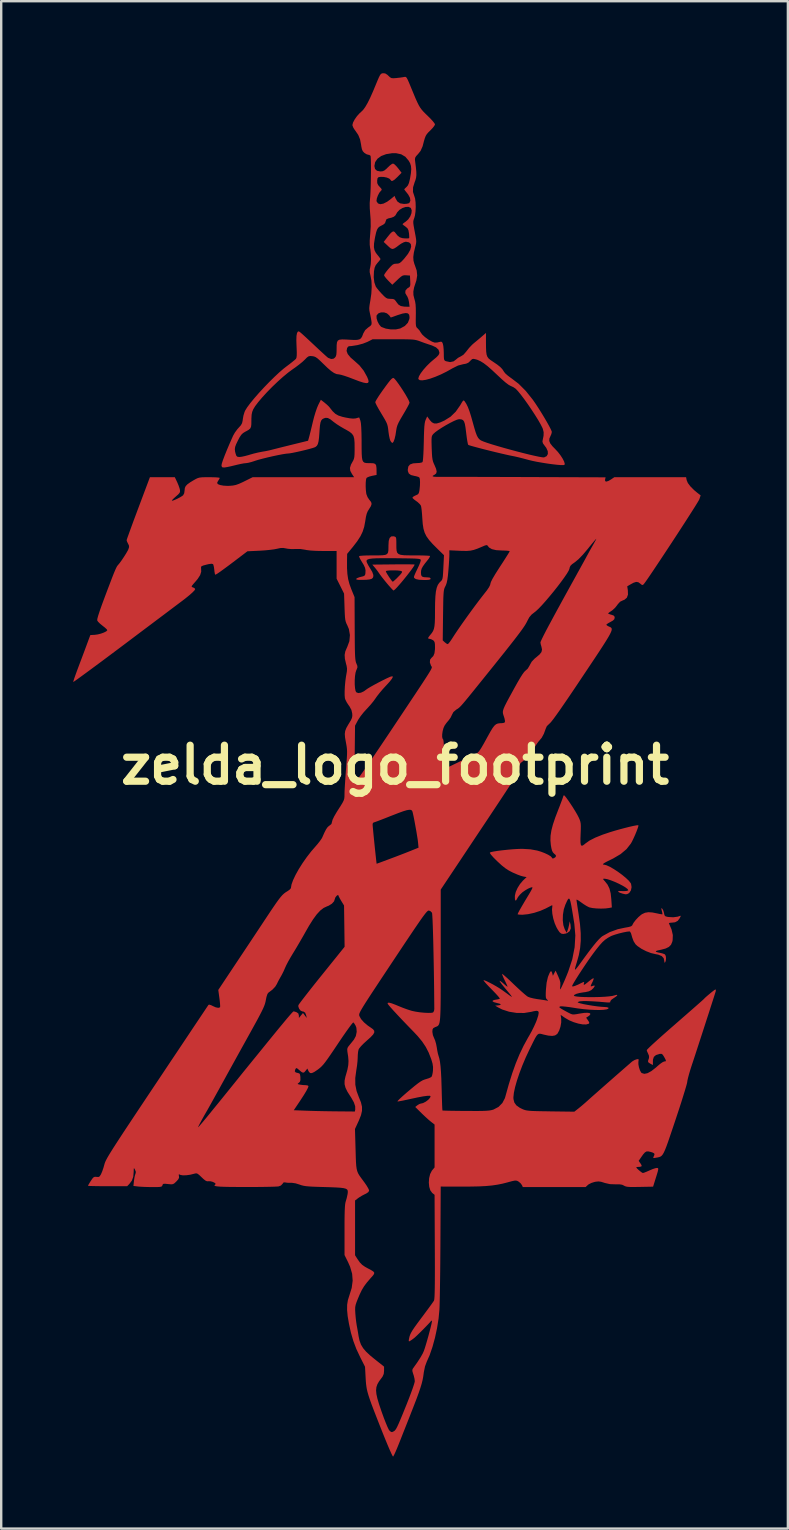
<source format=kicad_pcb>
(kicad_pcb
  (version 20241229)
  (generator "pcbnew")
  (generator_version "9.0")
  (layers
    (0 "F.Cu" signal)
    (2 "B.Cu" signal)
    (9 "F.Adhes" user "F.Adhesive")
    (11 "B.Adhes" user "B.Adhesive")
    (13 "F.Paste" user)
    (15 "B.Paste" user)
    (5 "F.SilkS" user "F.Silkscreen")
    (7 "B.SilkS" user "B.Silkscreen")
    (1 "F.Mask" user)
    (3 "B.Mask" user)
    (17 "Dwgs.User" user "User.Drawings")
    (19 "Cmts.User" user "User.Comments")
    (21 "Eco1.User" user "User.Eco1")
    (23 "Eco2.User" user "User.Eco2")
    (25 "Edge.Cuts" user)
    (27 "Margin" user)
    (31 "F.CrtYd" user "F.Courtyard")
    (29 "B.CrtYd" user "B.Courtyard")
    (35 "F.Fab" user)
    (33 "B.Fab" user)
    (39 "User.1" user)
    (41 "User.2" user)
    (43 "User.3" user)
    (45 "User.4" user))
  (footprint "zelda_logo_footprint"
    (layer "F.Cu")
    (at 13.406 28.815)
    (property "Reference" "zelda_logo_footprint" (at 0 0 0) (layer "F.SilkS") (effects (font (size 1.5 1.5) (thickness 0.3))))
    (attr board_only exclude_from_pos_files exclude_from_bom)
    (fp_poly (pts (xy -0.027 -16.092) (xy 0.042 -16.012) (xy 0.131 -15.893) (xy 0.231 -15.75) (xy 0.333 -15.594) (xy 0.43 -15.439) (xy 0.512 -15.297) (xy 0.573 -15.181) (xy 0.602 -15.104) (xy 0.604 -15.091) (xy 0.586 -15.041) (xy 0.536 -14.942) (xy 0.462 -14.807) (xy 0.37 -14.649) (xy 0.341 -14.6) (xy 0.23 -14.412) (xy 0.152 -14.269) (xy 0.101 -14.155) (xy 0.07 -14.054) (xy 0.051 -13.95) (xy 0.049 -13.935) (xy 0.019 -13.74) (xy -0.018 -13.581) (xy -0.059 -13.47) (xy -0.099 -13.417) (xy -0.11 -13.414) (xy -0.154 -13.444) (xy -0.198 -13.512) (xy -0.224 -13.596) (xy -0.251 -13.727) (xy -0.273 -13.877) (xy -0.275 -13.896) (xy -0.289 -14.015) (xy -0.305 -14.109) (xy -0.328 -14.192) (xy -0.365 -14.28) (xy -0.421 -14.386) (xy -0.504 -14.527) (xy -0.609 -14.701) (xy -0.695 -14.848) (xy -0.765 -14.976) (xy -0.81 -15.07) (xy -0.823 -15.112) (xy -0.803 -15.162) (xy -0.747 -15.258) (xy -0.665 -15.387) (xy -0.562 -15.536) (xy -0.543 -15.564) (xy -0.398 -15.765) (xy -0.288 -15.913) (xy -0.207 -16.015) (xy -0.147 -16.079) (xy -0.103 -16.112) (xy -0.069 -16.122) (xy -0.068 -16.122)) (stroke (width 0) (type solid)) (fill yes) (layer "F.Cu"))
    (fp_poly (pts (xy 0.574 -8.356) (xy 0.713 -8.354) (xy 0.795 -8.351) (xy 0.814 -8.348) (xy 0.803 -8.311) (xy 0.752 -8.229) (xy 0.67 -8.114) (xy 0.565 -7.977) (xy 0.447 -7.827) (xy 0.324 -7.676) (xy 0.204 -7.534) (xy 0.096 -7.412) (xy 0.009 -7.321) (xy -0.048 -7.272) (xy -0.062 -7.266) (xy -0.095 -7.292) (xy -0.163 -7.363) (xy -0.256 -7.468) (xy -0.34 -7.567) (xy -0.452 -7.704) (xy -0.553 -7.832) (xy -0.629 -7.934) (xy -0.66 -7.979) (xy -0.723 -8.07) (xy -0.384 -8.07) (xy -0.366 -8.022) (xy -0.318 -7.938) (xy -0.254 -7.837) (xy -0.187 -7.74) (xy -0.13 -7.664) (xy -0.096 -7.631) (xy -0.094 -7.631) (xy -0.059 -7.655) (xy 0.013 -7.72) (xy 0.107 -7.811) (xy 0.129 -7.834) (xy 0.23 -7.939) (xy 0.282 -8.007) (xy 0.293 -8.048) (xy 0.274 -8.071) (xy 0.214 -8.088) (xy 0.109 -8.1) (xy -0.02 -8.105) (xy -0.154 -8.105) (xy -0.272 -8.098) (xy -0.355 -8.086) (xy -0.384 -8.07) (xy -0.723 -8.07) (xy -0.729 -8.078) (xy -0.816 -8.19) (xy -0.838 -8.217) (xy -0.947 -8.345) (xy -0.075 -8.354) (xy 0.17 -8.357) (xy 0.39 -8.357)) (stroke (width 0) (type solid)) (fill yes) (layer "F.Cu"))
    (fp_poly (pts (xy -0.038 -9.519) (xy 0.007 -9.505) (xy 0.035 -9.478) (xy 0.049 -9.423) (xy 0.054 -9.324) (xy 0.055 -9.186) (xy 0.056 -9.033) (xy 0.066 -8.919) (xy 0.093 -8.838) (xy 0.148 -8.784) (xy 0.239 -8.752) (xy 0.375 -8.735) (xy 0.567 -8.73) (xy 0.817 -8.729) (xy 1.023 -8.728) (xy 1.202 -8.724) (xy 1.342 -8.718) (xy 1.431 -8.711) (xy 1.457 -8.706) (xy 1.449 -8.667) (xy 1.404 -8.593) (xy 1.362 -8.538) (xy 1.239 -8.383) (xy 1.158 -8.268) (xy 1.109 -8.178) (xy 1.086 -8.097) (xy 1.08 -8.011) (xy 1.08 -8.011) (xy 1.088 -7.908) (xy 1.125 -7.848) (xy 1.204 -7.821) (xy 1.339 -7.814) (xy 1.44 -7.805) (xy 1.48 -7.773) (xy 1.482 -7.759) (xy 1.468 -7.73) (xy 1.416 -7.713) (xy 1.314 -7.705) (xy 1.205 -7.704) (xy 1.002 -7.713) (xy 0.868 -7.742) (xy 0.798 -7.79) (xy 0.787 -7.829) (xy 0.802 -7.882) (xy 0.844 -7.983) (xy 0.905 -8.113) (xy 0.936 -8.176) (xy 1.001 -8.316) (xy 1.049 -8.436) (xy 1.072 -8.518) (xy 1.073 -8.537) (xy 1.064 -8.556) (xy 1.041 -8.571) (xy 0.995 -8.582) (xy 0.92 -8.591) (xy 0.805 -8.598) (xy 0.645 -8.602) (xy 0.43 -8.606) (xy 0.153 -8.609) (xy 0.031 -8.611) (xy -0.305 -8.613) (xy -0.574 -8.612) (xy -0.784 -8.608) (xy -0.941 -8.599) (xy -1.054 -8.585) (xy -1.127 -8.565) (xy -1.17 -8.539) (xy -1.188 -8.505) (xy -1.189 -8.485) (xy -1.17 -8.426) (xy -1.12 -8.326) (xy -1.049 -8.207) (xy -1.04 -8.194) (xy -0.948 -8.037) (xy -0.906 -7.92) (xy -0.903 -7.864) (xy -0.922 -7.799) (xy -0.968 -7.755) (xy -1.054 -7.728) (xy -1.19 -7.713) (xy -1.366 -7.708) (xy -1.511 -7.709) (xy -1.593 -7.72) (xy -1.621 -7.74) (xy -1.62 -7.75) (xy -1.578 -7.783) (xy -1.488 -7.818) (xy -1.424 -7.834) (xy -1.317 -7.861) (xy -1.262 -7.893) (xy -1.239 -7.946) (xy -1.233 -7.995) (xy -1.229 -8.109) (xy -1.25 -8.212) (xy -1.301 -8.326) (xy -1.388 -8.469) (xy -1.451 -8.576) (xy -1.49 -8.659) (xy -1.497 -8.698) (xy -1.456 -8.709) (xy -1.354 -8.718) (xy -1.206 -8.725) (xy -1.023 -8.728) (xy -0.914 -8.729) (xy -0.684 -8.729) (xy -0.517 -8.735) (xy -0.403 -8.751) (xy -0.331 -8.786) (xy -0.293 -8.846) (xy -0.277 -8.936) (xy -0.274 -9.064) (xy -0.274 -9.142) (xy -0.263 -9.331) (xy -0.225 -9.455) (xy -0.159 -9.518) (xy -0.062 -9.525)) (stroke (width 0) (type solid)) (fill yes) (layer "F.Cu"))
    (fp_poly (pts (xy -0.41 -28.806) (xy -0.319 -28.749) (xy -0.277 -28.709) (xy -0.209 -28.646) (xy -0.15 -28.613) (xy -0.074 -28.605) (xy 0.045 -28.613) (xy 0.066 -28.615) (xy 0.204 -28.631) (xy 0.324 -28.648) (xy 0.385 -28.659) (xy 0.425 -28.665) (xy 0.458 -28.653) (xy 0.491 -28.614) (xy 0.532 -28.536) (xy 0.587 -28.411) (xy 0.654 -28.248) (xy 0.765 -27.98) (xy 0.853 -27.769) (xy 0.927 -27.605) (xy 0.991 -27.477) (xy 1.053 -27.374) (xy 1.118 -27.287) (xy 1.193 -27.203) (xy 1.283 -27.113) (xy 1.355 -27.044) (xy 1.477 -26.923) (xy 1.577 -26.813) (xy 1.643 -26.729) (xy 1.665 -26.684) (xy 1.64 -26.629) (xy 1.574 -26.542) (xy 1.48 -26.442) (xy 1.468 -26.43) (xy 1.384 -26.348) (xy 1.324 -26.277) (xy 1.278 -26.202) (xy 1.24 -26.106) (xy 1.201 -25.973) (xy 1.153 -25.786) (xy 1.15 -25.774) (xy 1.064 -25.578) (xy 0.961 -25.45) (xy 0.878 -25.36) (xy 0.838 -25.293) (xy 0.829 -25.221) (xy 0.839 -25.13) (xy 0.869 -24.893) (xy 0.886 -24.712) (xy 0.889 -24.572) (xy 0.876 -24.459) (xy 0.849 -24.358) (xy 0.82 -24.283) (xy 0.751 -24.063) (xy 0.747 -23.87) (xy 0.8 -23.708) (xy 0.836 -23.593) (xy 0.856 -23.43) (xy 0.862 -23.242) (xy 0.853 -23.052) (xy 0.829 -22.884) (xy 0.8 -22.78) (xy 0.775 -22.711) (xy 0.761 -22.647) (xy 0.761 -22.572) (xy 0.774 -22.468) (xy 0.801 -22.318) (xy 0.821 -22.214) (xy 0.855 -22.034) (xy 0.876 -21.906) (xy 0.883 -21.811) (xy 0.877 -21.729) (xy 0.858 -21.642) (xy 0.838 -21.568) (xy 0.783 -21.339) (xy 0.76 -21.158) (xy 0.769 -21.005) (xy 0.808 -20.862) (xy 0.823 -20.825) (xy 0.902 -20.596) (xy 0.923 -20.389) (xy 0.889 -20.182) (xy 0.86 -20.093) (xy 0.793 -19.887) (xy 0.763 -19.721) (xy 0.767 -19.572) (xy 0.805 -19.418) (xy 0.808 -19.409) (xy 0.837 -19.303) (xy 0.856 -19.182) (xy 0.865 -19.029) (xy 0.867 -18.827) (xy 0.866 -18.733) (xy 0.863 -18.537) (xy 0.864 -18.4) (xy 0.871 -18.31) (xy 0.885 -18.253) (xy 0.908 -18.215) (xy 0.942 -18.184) (xy 1.021 -18.097) (xy 1.069 -18.017) (xy 1.134 -17.927) (xy 1.247 -17.823) (xy 1.39 -17.719) (xy 1.543 -17.632) (xy 1.547 -17.63) (xy 1.652 -17.593) (xy 1.757 -17.597) (xy 1.811 -17.61) (xy 1.904 -17.631) (xy 1.952 -17.622) (xy 1.981 -17.572) (xy 1.993 -17.538) (xy 2.012 -17.448) (xy 2.025 -17.313) (xy 2.031 -17.159) (xy 2.031 -17.14) (xy 2.033 -16.996) (xy 2.04 -16.907) (xy 2.059 -16.857) (xy 2.093 -16.83) (xy 2.125 -16.817) (xy 2.296 -16.781) (xy 2.439 -16.812) (xy 2.53 -16.88) (xy 2.627 -16.96) (xy 2.734 -17.016) (xy 2.738 -17.018) (xy 2.849 -17.087) (xy 2.966 -17.219) (xy 2.981 -17.24) (xy 3.085 -17.371) (xy 3.208 -17.501) (xy 3.274 -17.56) (xy 3.4 -17.664) (xy 3.541 -17.782) (xy 3.614 -17.845) (xy 3.788 -17.996) (xy 3.788 -17.617) (xy 3.79 -17.387) (xy 3.797 -17.217) (xy 3.814 -17.094) (xy 3.846 -17.004) (xy 3.897 -16.934) (xy 3.973 -16.87) (xy 4.077 -16.8) (xy 4.254 -16.68) (xy 4.38 -16.58) (xy 4.467 -16.489) (xy 4.53 -16.394) (xy 4.538 -16.379) (xy 4.595 -16.308) (xy 4.697 -16.218) (xy 4.823 -16.124) (xy 4.852 -16.104) (xy 5.151 -15.876) (xy 5.447 -15.579) (xy 5.735 -15.219) (xy 5.747 -15.203) (xy 5.855 -15.047) (xy 5.973 -14.867) (xy 6.095 -14.673) (xy 6.213 -14.478) (xy 6.322 -14.292) (xy 6.415 -14.126) (xy 6.484 -13.992) (xy 6.524 -13.901) (xy 6.531 -13.871) (xy 6.513 -13.785) (xy 6.478 -13.706) (xy 6.43 -13.596) (xy 6.424 -13.496) (xy 6.467 -13.392) (xy 6.562 -13.271) (xy 6.665 -13.166) (xy 6.785 -13.037) (xy 6.893 -12.897) (xy 6.982 -12.76) (xy 7.043 -12.639) (xy 7.07 -12.547) (xy 7.059 -12.5) (xy 7.006 -12.49) (xy 6.895 -12.492) (xy 6.738 -12.505) (xy 6.548 -12.527) (xy 6.337 -12.556) (xy 6.12 -12.591) (xy 5.908 -12.628) (xy 5.715 -12.668) (xy 5.554 -12.707) (xy 5.534 -12.713) (xy 5.345 -12.764) (xy 5.155 -12.812) (xy 4.991 -12.85) (xy 4.912 -12.866) (xy 4.789 -12.89) (xy 4.623 -12.927) (xy 4.424 -12.973) (xy 4.204 -13.025) (xy 3.975 -13.081) (xy 3.748 -13.138) (xy 3.535 -13.193) (xy 3.347 -13.243) (xy 3.195 -13.285) (xy 3.092 -13.316) (xy 3.049 -13.333) (xy 3.049 -13.333) (xy 3.033 -13.38) (xy 3.012 -13.484) (xy 2.989 -13.632) (xy 2.966 -13.808) (xy 2.963 -13.837) (xy 2.936 -14.052) (xy 2.909 -14.205) (xy 2.876 -14.305) (xy 2.832 -14.364) (xy 2.771 -14.393) (xy 2.687 -14.402) (xy 2.662 -14.402) (xy 2.581 -14.382) (xy 2.456 -14.329) (xy 2.3 -14.251) (xy 2.129 -14.157) (xy 1.959 -14.055) (xy 1.803 -13.954) (xy 1.677 -13.862) (xy 1.597 -13.79) (xy 1.563 -13.748) (xy 1.539 -13.704) (xy 1.526 -13.645) (xy 1.52 -13.555) (xy 1.521 -13.423) (xy 1.526 -13.233) (xy 1.527 -13.197) (xy 1.536 -12.988) (xy 1.546 -12.836) (xy 1.562 -12.723) (xy 1.585 -12.631) (xy 1.619 -12.545) (xy 1.641 -12.499) (xy 1.71 -12.336) (xy 1.735 -12.22) (xy 1.714 -12.142) (xy 1.65 -12.091) (xy 1.647 -12.089) (xy 1.576 -12.05) (xy 1.566 -12.023) (xy 1.62 -12.006) (xy 1.741 -11.999) (xy 1.876 -11.999) (xy 1.96 -12) (xy 2.111 -12) (xy 2.324 -12) (xy 2.593 -12) (xy 2.911 -11.999) (xy 3.273 -11.999) (xy 3.674 -11.998) (xy 4.106 -11.997) (xy 4.565 -11.995) (xy 5.044 -11.994) (xy 5.484 -11.992) (xy 8.772 -11.981) (xy 8.75 -11.892) (xy 8.752 -11.823) (xy 8.803 -11.803) (xy 8.895 -11.833) (xy 9 -11.895) (xy 9.135 -11.986) (xy 10.63 -11.986) (xy 12.125 -11.986) (xy 12.148 -11.864) (xy 12.198 -11.744) (xy 12.306 -11.601) (xy 12.461 -11.446) (xy 12.587 -11.341) (xy 12.731 -11.229) (xy 12.677 -11.068) (xy 12.65 -11.015) (xy 12.586 -10.908) (xy 12.491 -10.754) (xy 12.368 -10.561) (xy 12.223 -10.334) (xy 12.06 -10.08) (xy 11.884 -9.808) (xy 11.698 -9.523) (xy 11.508 -9.233) (xy 11.318 -8.944) (xy 11.133 -8.664) (xy 10.957 -8.399) (xy 10.795 -8.156) (xy 10.651 -7.942) (xy 10.53 -7.765) (xy 10.436 -7.63) (xy 10.373 -7.546) (xy 10.355 -7.523) (xy 10.312 -7.493) (xy 10.265 -7.511) (xy 10.219 -7.551) (xy 10.134 -7.611) (xy 10.046 -7.625) (xy 9.937 -7.59) (xy 9.836 -7.536) (xy 9.673 -7.441) (xy 9.698 -7.276) (xy 9.704 -7.096) (xy 9.657 -6.966) (xy 9.557 -6.881) (xy 9.495 -6.857) (xy 9.376 -6.799) (xy 9.279 -6.693) (xy 9.257 -6.66) (xy 9.166 -6.546) (xy 9.056 -6.445) (xy 9.018 -6.419) (xy 8.934 -6.362) (xy 8.883 -6.321) (xy 8.876 -6.311) (xy 8.907 -6.29) (xy 8.986 -6.263) (xy 9.013 -6.256) (xy 9.105 -6.224) (xy 9.144 -6.178) (xy 9.15 -6.133) (xy 9.134 -6.07) (xy 9.076 -6.014) (xy 8.976 -5.957) (xy 8.879 -5.904) (xy 8.816 -5.859) (xy 8.802 -5.84) (xy 8.832 -5.807) (xy 8.906 -5.767) (xy 8.912 -5.764) (xy 8.957 -5.745) (xy 8.993 -5.724) (xy 9.018 -5.698) (xy 9.028 -5.662) (xy 9.023 -5.61) (xy 8.998 -5.539) (xy 8.953 -5.445) (xy 8.884 -5.321) (xy 8.789 -5.165) (xy 8.666 -4.971) (xy 8.513 -4.735) (xy 8.326 -4.452) (xy 8.103 -4.118) (xy 7.843 -3.729) (xy 7.807 -3.675) (xy 7.517 -3.241) (xy 7.264 -2.866) (xy 7.047 -2.549) (xy 6.866 -2.286) (xy 6.717 -2.076) (xy 6.6 -1.916) (xy 6.513 -1.805) (xy 6.455 -1.739) (xy 6.433 -1.721) (xy 6.323 -1.614) (xy 6.274 -1.501) (xy 6.201 -1.3) (xy 6.109 -1.13) (xy 6.021 -1.025) (xy 5.964 -0.958) (xy 5.887 -0.849) (xy 5.806 -0.719) (xy 5.792 -0.696) (xy 5.686 -0.519) (xy 5.594 -0.39) (xy 5.501 -0.289) (xy 5.39 -0.199) (xy 5.334 -0.159) (xy 5.242 -0.089) (xy 5.195 -0.028) (xy 5.18 0.051) (xy 5.179 0.11) (xy 5.18 0.134) (xy 5.181 0.154) (xy 5.18 0.174) (xy 5.176 0.198) (xy 5.166 0.228) (xy 5.147 0.269) (xy 5.119 0.323) (xy 5.078 0.394) (xy 5.023 0.484) (xy 4.952 0.598) (xy 4.862 0.739) (xy 4.751 0.909) (xy 4.617 1.113) (xy 4.459 1.353) (xy 4.274 1.632) (xy 4.06 1.955) (xy 3.815 2.324) (xy 3.536 2.742) (xy 3.222 3.214) (xy 2.871 3.741) (xy 2.695 4.006) (xy 1.904 5.193) (xy 1.904 7.942) (xy 1.904 8.469) (xy 1.903 8.928) (xy 1.903 9.324) (xy 1.902 9.661) (xy 1.899 9.944) (xy 1.895 10.179) (xy 1.888 10.37) (xy 1.88 10.521) (xy 1.868 10.639) (xy 1.854 10.728) (xy 1.836 10.792) (xy 1.813 10.837) (xy 1.787 10.867) (xy 1.756 10.888) (xy 1.72 10.904) (xy 1.678 10.92) (xy 1.668 10.924) (xy 1.594 10.964) (xy 1.562 11.02) (xy 1.555 11.117) (xy 1.576 11.253) (xy 1.626 11.377) (xy 1.628 11.381) (xy 1.67 11.479) (xy 1.71 11.617) (xy 1.737 11.756) (xy 1.76 11.9) (xy 1.786 12.027) (xy 1.809 12.107) (xy 1.843 12.219) (xy 1.872 12.363) (xy 1.895 12.546) (xy 1.913 12.775) (xy 1.928 13.06) (xy 1.939 13.408) (xy 1.942 13.504) (xy 1.948 13.75) (xy 1.955 13.97) (xy 1.961 14.155) (xy 1.967 14.293) (xy 1.973 14.376) (xy 1.975 14.395) (xy 2.014 14.398) (xy 2.116 14.402) (xy 2.272 14.406) (xy 2.472 14.409) (xy 2.706 14.412) (xy 2.952 14.414) (xy 3.251 14.415) (xy 3.487 14.415) (xy 3.669 14.412) (xy 3.808 14.406) (xy 3.914 14.397) (xy 3.997 14.384) (xy 4.066 14.367) (xy 4.106 14.354) (xy 4.311 14.246) (xy 4.471 14.084) (xy 4.577 13.881) (xy 4.591 13.833) (xy 4.737 13.31) (xy 4.881 12.847) (xy 5.029 12.433) (xy 5.185 12.055) (xy 5.354 11.701) (xy 5.541 11.359) (xy 5.592 11.273) (xy 5.694 11.089) (xy 5.793 10.889) (xy 5.876 10.704) (xy 5.912 10.607) (xy 5.967 10.434) (xy 5.986 10.321) (xy 5.964 10.259) (xy 5.896 10.241) (xy 5.776 10.26) (xy 5.674 10.285) (xy 5.382 10.333) (xy 5.067 10.331) (xy 4.753 10.281) (xy 4.463 10.187) (xy 4.309 10.109) (xy 4.172 10.028) (xy 4.291 10.017) (xy 4.383 10) (xy 4.404 9.975) (xy 4.356 9.946) (xy 4.241 9.916) (xy 4.239 9.915) (xy 4.117 9.882) (xy 4.062 9.846) (xy 4.075 9.812) (xy 4.158 9.785) (xy 4.192 9.78) (xy 4.292 9.762) (xy 4.357 9.743) (xy 4.366 9.737) (xy 4.349 9.705) (xy 4.29 9.631) (xy 4.195 9.526) (xy 4.073 9.399) (xy 4.026 9.351) (xy 3.897 9.219) (xy 3.792 9.106) (xy 3.718 9.02) (xy 3.685 8.973) (xy 3.684 8.967) (xy 3.725 8.973) (xy 3.814 9.009) (xy 3.936 9.069) (xy 4.078 9.143) (xy 4.223 9.226) (xy 4.359 9.309) (xy 4.462 9.378) (xy 4.588 9.469) (xy 4.711 9.558) (xy 4.776 9.606) (xy 4.834 9.646) (xy 4.863 9.662) (xy 4.862 9.647) (xy 4.826 9.596) (xy 4.752 9.504) (xy 4.635 9.364) (xy 4.566 9.282) (xy 4.47 9.164) (xy 4.397 9.069) (xy 4.358 9.007) (xy 4.354 8.992) (xy 4.388 9.005) (xy 4.458 9.056) (xy 4.519 9.108) (xy 4.604 9.182) (xy 4.666 9.23) (xy 4.685 9.241) (xy 4.679 9.211) (xy 4.645 9.132) (xy 4.591 9.018) (xy 4.573 8.981) (xy 4.514 8.858) (xy 4.474 8.761) (xy 4.459 8.708) (xy 4.46 8.703) (xy 4.491 8.722) (xy 4.565 8.784) (xy 4.675 8.881) (xy 4.81 9.007) (xy 4.952 9.143) (xy 5.113 9.295) (xy 5.263 9.433) (xy 5.392 9.546) (xy 5.49 9.626) (xy 5.538 9.659) (xy 5.631 9.693) (xy 5.768 9.727) (xy 5.918 9.754) (xy 6.067 9.775) (xy 6.203 9.795) (xy 6.295 9.81) (xy 6.295 9.811) (xy 6.367 9.821) (xy 6.376 9.81) (xy 6.336 9.775) (xy 6.304 9.742) (xy 6.285 9.695) (xy 6.278 9.619) (xy 6.279 9.496) (xy 6.286 9.362) (xy 6.314 9.074) (xy 6.366 8.846) (xy 6.385 8.793) (xy 6.441 8.661) (xy 6.483 8.597) (xy 6.517 8.599) (xy 6.545 8.664) (xy 6.55 8.683) (xy 6.576 8.784) (xy 6.632 8.676) (xy 6.689 8.569) (xy 6.797 8.804) (xy 6.858 8.953) (xy 6.886 9.066) (xy 6.887 9.172) (xy 6.884 9.196) (xy 6.875 9.29) (xy 6.875 9.345) (xy 6.879 9.351) (xy 6.903 9.319) (xy 6.948 9.231) (xy 7.009 9.1) (xy 7.08 8.938) (xy 7.155 8.757) (xy 7.214 8.61) (xy 7.384 8.094) (xy 7.482 7.593) (xy 7.511 7.104) (xy 7.47 6.625) (xy 7.47 6.624) (xy 7.417 6.297) (xy 7.374 6.036) (xy 7.339 5.838) (xy 7.309 5.697) (xy 7.282 5.609) (xy 7.255 5.569) (xy 7.227 5.572) (xy 7.195 5.612) (xy 7.157 5.686) (xy 7.111 5.789) (xy 7.095 5.822) (xy 7.03 6.019) (xy 6.994 6.243) (xy 6.988 6.469) (xy 7.012 6.676) (xy 7.067 6.84) (xy 7.069 6.844) (xy 7.148 6.99) (xy 7.186 6.899) (xy 7.218 6.801) (xy 7.246 6.68) (xy 7.25 6.661) (xy 7.276 6.515) (xy 7.31 6.65) (xy 7.322 6.806) (xy 7.273 6.927) (xy 7.164 7.006) (xy 7.106 7.025) (xy 7.002 7.042) (xy 6.921 7.025) (xy 6.85 6.965) (xy 6.774 6.852) (xy 6.727 6.768) (xy 6.652 6.597) (xy 6.592 6.401) (xy 6.553 6.204) (xy 6.539 6.031) (xy 6.547 5.941) (xy 6.555 5.869) (xy 6.543 5.844) (xy 6.542 5.844) (xy 6.498 5.866) (xy 6.408 5.912) (xy 6.291 5.973) (xy 6.282 5.978) (xy 6.053 6.078) (xy 5.798 6.161) (xy 5.543 6.217) (xy 5.319 6.24) (xy 5.301 6.24) (xy 5.193 6.237) (xy 5.122 6.228) (xy 5.106 6.22) (xy 5.125 6.172) (xy 5.181 6.065) (xy 5.272 5.905) (xy 5.395 5.695) (xy 5.549 5.439) (xy 5.572 5.401) (xy 5.644 5.278) (xy 5.699 5.177) (xy 5.726 5.116) (xy 5.728 5.109) (xy 5.7 5.095) (xy 5.629 5.115) (xy 5.529 5.161) (xy 5.418 5.227) (xy 5.31 5.303) (xy 5.301 5.311) (xy 5.203 5.404) (xy 5.124 5.502) (xy 5.1 5.545) (xy 5.051 5.633) (xy 5.015 5.652) (xy 4.995 5.602) (xy 4.992 5.486) (xy 4.995 5.435) (xy 5.029 5.292) (xy 5.104 5.125) (xy 5.207 4.961) (xy 5.323 4.824) (xy 5.325 4.821) (xy 5.481 4.672) (xy 5.339 4.647) (xy 5.241 4.62) (xy 5.102 4.569) (xy 4.948 4.503) (xy 4.895 4.479) (xy 4.736 4.396) (xy 4.592 4.302) (xy 4.444 4.184) (xy 4.272 4.026) (xy 4.255 4.01) (xy 4.1 3.856) (xy 3.999 3.742) (xy 3.952 3.672) (xy 3.953 3.649) (xy 4.007 3.628) (xy 4.12 3.605) (xy 4.278 3.58) (xy 4.467 3.556) (xy 4.673 3.534) (xy 4.882 3.515) (xy 5.08 3.502) (xy 5.253 3.496) (xy 5.296 3.495) (xy 5.64 3.515) (xy 5.923 3.567) (xy 6.082 3.615) (xy 6.238 3.675) (xy 6.375 3.74) (xy 6.477 3.801) (xy 6.529 3.852) (xy 6.533 3.865) (xy 6.558 3.896) (xy 6.615 3.888) (xy 6.675 3.847) (xy 6.683 3.839) (xy 6.708 3.792) (xy 6.686 3.747) (xy 6.633 3.701) (xy 6.579 3.646) (xy 6.541 3.573) (xy 6.512 3.462) (xy 6.491 3.341) (xy 6.473 3.147) (xy 6.479 2.947) (xy 6.513 2.729) (xy 6.577 2.482) (xy 6.674 2.193) (xy 6.789 1.893) (xy 6.863 1.704) (xy 6.926 1.538) (xy 6.975 1.407) (xy 7.003 1.324) (xy 7.009 1.301) (xy 7.031 1.264) (xy 7.039 1.263) (xy 7.074 1.292) (xy 7.138 1.372) (xy 7.222 1.488) (xy 7.318 1.63) (xy 7.417 1.782) (xy 7.511 1.934) (xy 7.591 2.071) (xy 7.648 2.181) (xy 7.653 2.192) (xy 7.694 2.285) (xy 7.72 2.364) (xy 7.735 2.447) (xy 7.74 2.552) (xy 7.738 2.696) (xy 7.731 2.876) (xy 7.723 3.092) (xy 7.726 3.242) (xy 7.742 3.332) (xy 7.774 3.367) (xy 7.825 3.355) (xy 7.899 3.3) (xy 7.93 3.273) (xy 8.1 3.152) (xy 8.34 3.029) (xy 8.65 2.904) (xy 8.959 2.8) (xy 9.16 2.739) (xy 9.37 2.68) (xy 9.577 2.625) (xy 9.768 2.577) (xy 9.932 2.54) (xy 10.055 2.517) (xy 10.126 2.51) (xy 10.138 2.513) (xy 10.135 2.555) (xy 10.106 2.647) (xy 10.059 2.773) (xy 10 2.916) (xy 9.935 3.06) (xy 9.872 3.19) (xy 9.823 3.277) (xy 9.642 3.508) (xy 9.397 3.714) (xy 9.086 3.898) (xy 9.002 3.939) (xy 8.822 4.027) (xy 8.708 4.091) (xy 8.659 4.132) (xy 8.674 4.152) (xy 8.703 4.154) (xy 8.805 4.178) (xy 8.947 4.242) (xy 9.112 4.337) (xy 9.289 4.453) (xy 9.462 4.58) (xy 9.617 4.708) (xy 9.741 4.826) (xy 9.818 4.926) (xy 9.832 4.953) (xy 9.854 5.09) (xy 9.827 5.225) (xy 9.758 5.329) (xy 9.733 5.348) (xy 9.666 5.383) (xy 9.594 5.388) (xy 9.488 5.364) (xy 9.478 5.361) (xy 9.365 5.323) (xy 9.302 5.288) (xy 9.293 5.262) (xy 9.346 5.252) (xy 9.374 5.253) (xy 9.534 5.258) (xy 9.65 5.249) (xy 9.711 5.229) (xy 9.717 5.217) (xy 9.685 5.168) (xy 9.598 5.101) (xy 9.471 5.025) (xy 9.318 4.946) (xy 9.153 4.871) (xy 8.992 4.807) (xy 8.849 4.761) (xy 8.738 4.74) (xy 8.721 4.74) (xy 8.673 4.743) (xy 8.67 4.763) (xy 8.714 4.816) (xy 8.737 4.84) (xy 8.853 4.987) (xy 8.933 5.15) (xy 8.983 5.348) (xy 9.009 5.588) (xy 9.032 5.936) (xy 8.913 5.96) (xy 8.762 5.979) (xy 8.581 5.985) (xy 8.395 5.979) (xy 8.226 5.962) (xy 8.1 5.935) (xy 8.08 5.928) (xy 7.977 5.875) (xy 7.85 5.795) (xy 7.752 5.725) (xy 7.655 5.657) (xy 7.585 5.617) (xy 7.558 5.613) (xy 7.558 5.614) (xy 7.563 5.66) (xy 7.578 5.766) (xy 7.601 5.917) (xy 7.629 6.102) (xy 7.649 6.228) (xy 7.706 6.641) (xy 7.735 7.002) (xy 7.737 7.325) (xy 7.711 7.627) (xy 7.656 7.923) (xy 7.57 8.229) (xy 7.553 8.283) (xy 7.517 8.402) (xy 7.496 8.492) (xy 7.495 8.532) (xy 7.523 8.514) (xy 7.58 8.449) (xy 7.651 8.356) (xy 7.885 8.032) (xy 8.083 7.765) (xy 8.249 7.55) (xy 8.386 7.382) (xy 8.499 7.257) (xy 8.591 7.17) (xy 8.645 7.129) (xy 8.941 6.966) (xy 9.276 6.844) (xy 9.575 6.78) (xy 9.733 6.752) (xy 9.829 6.724) (xy 9.876 6.689) (xy 9.883 6.675) (xy 9.934 6.579) (xy 10.024 6.461) (xy 10.135 6.342) (xy 10.247 6.246) (xy 10.29 6.216) (xy 10.415 6.158) (xy 10.553 6.135) (xy 10.721 6.146) (xy 10.906 6.183) (xy 11.023 6.208) (xy 11.107 6.222) (xy 11.138 6.223) (xy 11.137 6.183) (xy 11.119 6.101) (xy 11.113 6.076) (xy 11.093 5.993) (xy 11.097 5.967) (xy 11.129 5.986) (xy 11.169 6.05) (xy 11.2 6.149) (xy 11.204 6.17) (xy 11.224 6.258) (xy 11.26 6.303) (xy 11.337 6.326) (xy 11.386 6.334) (xy 11.587 6.346) (xy 11.77 6.322) (xy 11.853 6.295) (xy 11.895 6.281) (xy 11.9 6.3) (xy 11.868 6.368) (xy 11.862 6.38) (xy 11.777 6.495) (xy 11.664 6.555) (xy 11.528 6.57) (xy 11.445 6.576) (xy 11.408 6.592) (xy 11.409 6.597) (xy 11.52 6.856) (xy 11.572 7.087) (xy 11.564 7.299) (xy 11.549 7.368) (xy 11.497 7.49) (xy 11.408 7.581) (xy 11.272 7.648) (xy 11.076 7.7) (xy 11.044 7.706) (xy 10.916 7.735) (xy 10.861 7.761) (xy 10.878 7.787) (xy 10.968 7.814) (xy 11.053 7.831) (xy 11.158 7.857) (xy 11.235 7.888) (xy 11.245 7.895) (xy 11.279 7.961) (xy 11.289 8.063) (xy 11.276 8.166) (xy 11.254 8.217) (xy 11.229 8.242) (xy 11.219 8.204) (xy 11.218 8.175) (xy 11.191 8.05) (xy 11.109 7.961) (xy 10.965 7.903) (xy 10.854 7.882) (xy 10.664 7.837) (xy 10.458 7.758) (xy 10.261 7.656) (xy 10.096 7.543) (xy 10.017 7.469) (xy 9.937 7.342) (xy 9.876 7.176) (xy 9.868 7.144) (xy 9.828 7.007) (xy 9.786 6.942) (xy 9.768 6.936) (xy 9.658 6.947) (xy 9.503 6.978) (xy 9.331 7.02) (xy 9.164 7.069) (xy 9.028 7.117) (xy 8.983 7.138) (xy 8.859 7.207) (xy 8.749 7.284) (xy 8.641 7.381) (xy 8.526 7.508) (xy 8.39 7.677) (xy 8.276 7.827) (xy 8.168 7.975) (xy 8.046 8.149) (xy 7.918 8.337) (xy 7.789 8.531) (xy 7.666 8.719) (xy 7.557 8.891) (xy 7.468 9.036) (xy 7.405 9.145) (xy 7.376 9.207) (xy 7.375 9.214) (xy 7.405 9.23) (xy 7.493 9.207) (xy 7.638 9.145) (xy 7.716 9.106) (xy 7.818 9.057) (xy 7.867 9.04) (xy 7.88 9.053) (xy 7.87 9.093) (xy 7.858 9.147) (xy 7.875 9.161) (xy 7.928 9.132) (xy 8.025 9.056) (xy 8.073 9.016) (xy 8.168 8.941) (xy 8.241 8.894) (xy 8.274 8.884) (xy 8.271 8.926) (xy 8.241 9.008) (xy 8.219 9.053) (xy 8.167 9.16) (xy 8.149 9.214) (xy 8.169 9.226) (xy 8.227 9.208) (xy 8.235 9.205) (xy 8.306 9.187) (xy 8.319 9.212) (xy 8.275 9.281) (xy 8.26 9.3) (xy 8.177 9.379) (xy 8.076 9.43) (xy 7.933 9.463) (xy 7.843 9.474) (xy 7.686 9.5) (xy 7.558 9.535) (xy 7.474 9.575) (xy 7.448 9.61) (xy 7.482 9.632) (xy 7.578 9.649) (xy 7.721 9.662) (xy 7.901 9.67) (xy 8.105 9.673) (xy 8.32 9.672) (xy 8.534 9.667) (xy 8.735 9.657) (xy 8.91 9.642) (xy 9.048 9.624) (xy 9.124 9.605) (xy 9.223 9.578) (xy 9.261 9.585) (xy 9.237 9.623) (xy 9.152 9.686) (xy 9.119 9.707) (xy 9.017 9.779) (xy 8.969 9.838) (xy 8.968 9.859) (xy 8.965 9.885) (xy 8.921 9.896) (xy 8.824 9.893) (xy 8.757 9.887) (xy 8.479 9.863) (xy 8.225 9.847) (xy 8.005 9.838) (xy 7.829 9.838) (xy 7.709 9.846) (xy 7.668 9.855) (xy 7.614 9.879) (xy 7.613 9.896) (xy 7.672 9.918) (xy 7.722 9.933) (xy 7.855 9.965) (xy 8.033 9.998) (xy 8.232 10.031) (xy 8.429 10.058) (xy 8.601 10.076) (xy 8.718 10.083) (xy 8.818 10.091) (xy 8.884 10.11) (xy 8.893 10.119) (xy 8.884 10.156) (xy 8.813 10.183) (xy 8.688 10.201) (xy 8.518 10.209) (xy 8.314 10.206) (xy 8.085 10.194) (xy 7.84 10.172) (xy 7.589 10.14) (xy 7.465 10.12) (xy 7.275 10.09) (xy 7.106 10.069) (xy 6.974 10.057) (xy 6.894 10.057) (xy 6.881 10.06) (xy 6.843 10.081) (xy 6.855 10.108) (xy 6.924 10.155) (xy 6.931 10.159) (xy 7.036 10.22) (xy 7.166 10.291) (xy 7.224 10.322) (xy 7.314 10.367) (xy 7.384 10.391) (xy 7.458 10.395) (xy 7.559 10.382) (xy 7.685 10.359) (xy 7.876 10.33) (xy 8.018 10.324) (xy 8.108 10.339) (xy 8.14 10.374) (xy 8.109 10.427) (xy 8.052 10.471) (xy 7.961 10.53) (xy 8.039 10.64) (xy 8.087 10.717) (xy 8.089 10.76) (xy 8.066 10.782) (xy 7.962 10.811) (xy 7.812 10.808) (xy 7.633 10.774) (xy 7.441 10.716) (xy 7.253 10.637) (xy 7.086 10.54) (xy 7.086 10.54) (xy 6.9 10.412) (xy 6.922 10.572) (xy 6.923 10.729) (xy 6.892 10.904) (xy 6.837 11.068) (xy 6.766 11.194) (xy 6.753 11.209) (xy 6.668 11.267) (xy 6.548 11.289) (xy 6.384 11.275) (xy 6.192 11.233) (xy 6.108 11.21) (xy 6.043 11.197) (xy 5.99 11.201) (xy 5.942 11.229) (xy 5.892 11.289) (xy 5.833 11.387) (xy 5.759 11.532) (xy 5.661 11.731) (xy 5.598 11.858) (xy 5.444 12.188) (xy 5.304 12.519) (xy 5.182 12.841) (xy 5.08 13.145) (xy 5.002 13.419) (xy 4.951 13.656) (xy 4.931 13.843) (xy 4.933 13.919) (xy 4.971 14.065) (xy 5.055 14.182) (xy 5.196 14.282) (xy 5.301 14.334) (xy 5.361 14.359) (xy 5.421 14.379) (xy 5.491 14.394) (xy 5.581 14.405) (xy 5.699 14.414) (xy 5.857 14.42) (xy 6.064 14.425) (xy 6.33 14.429) (xy 6.48 14.432) (xy 7.469 14.445) (xy 7.652 14.301) (xy 7.774 14.201) (xy 7.918 14.077) (xy 8.053 13.957) (xy 8.053 13.957) (xy 8.126 13.891) (xy 8.244 13.786) (xy 8.4 13.649) (xy 8.582 13.488) (xy 8.783 13.311) (xy 8.993 13.127) (xy 9.202 12.943) (xy 9.402 12.769) (xy 9.582 12.611) (xy 9.735 12.478) (xy 9.85 12.378) (xy 9.882 12.351) (xy 9.975 12.295) (xy 10.058 12.264) (xy 10.126 12.253) (xy 10.149 12.276) (xy 10.14 12.351) (xy 10.138 12.36) (xy 10.137 12.466) (xy 10.161 12.595) (xy 10.201 12.718) (xy 10.25 12.809) (xy 10.276 12.835) (xy 10.386 12.868) (xy 10.519 12.841) (xy 10.68 12.752) (xy 10.873 12.601) (xy 10.928 12.551) (xy 11.039 12.457) (xy 11.138 12.387) (xy 11.208 12.354) (xy 11.217 12.352) (xy 11.269 12.348) (xy 11.285 12.323) (xy 11.265 12.265) (xy 11.209 12.162) (xy 11.153 12.073) (xy 11.105 12.036) (xy 11.041 12.035) (xy 11.019 12.039) (xy 10.87 12.086) (xy 10.783 12.16) (xy 10.745 12.274) (xy 10.742 12.336) (xy 10.742 12.501) (xy 10.629 12.442) (xy 10.552 12.389) (xy 10.537 12.336) (xy 10.542 12.322) (xy 10.58 12.207) (xy 10.58 12.12) (xy 10.544 12.029) (xy 10.504 11.944) (xy 10.486 11.886) (xy 10.486 11.883) (xy 10.513 11.846) (xy 10.593 11.766) (xy 10.722 11.644) (xy 10.898 11.484) (xy 11.116 11.288) (xy 11.374 11.061) (xy 11.492 10.957) (xy 11.552 10.905) (xy 11.657 10.814) (xy 11.797 10.691) (xy 11.964 10.545) (xy 12.147 10.386) (xy 12.224 10.318) (xy 12.404 10.161) (xy 12.565 10.019) (xy 12.7 9.9) (xy 12.799 9.812) (xy 12.855 9.761) (xy 12.865 9.751) (xy 12.911 9.703) (xy 12.993 9.63) (xy 13.093 9.545) (xy 13.195 9.461) (xy 13.282 9.394) (xy 13.338 9.355) (xy 13.349 9.351) (xy 13.365 9.38) (xy 13.358 9.434) (xy 13.334 9.51) (xy 13.291 9.647) (xy 13.231 9.834) (xy 13.157 10.062) (xy 13.074 10.323) (xy 12.982 10.605) (xy 12.887 10.9) (xy 12.79 11.199) (xy 12.695 11.491) (xy 12.605 11.768) (xy 12.523 12.02) (xy 12.452 12.237) (xy 12.395 12.41) (xy 12.371 12.48) (xy 12.305 12.685) (xy 12.249 12.874) (xy 12.206 13.034) (xy 12.18 13.149) (xy 12.174 13.194) (xy 12.163 13.256) (xy 12.13 13.378) (xy 12.078 13.555) (xy 12.01 13.776) (xy 11.929 14.035) (xy 11.836 14.323) (xy 11.734 14.632) (xy 11.683 14.786) (xy 11.561 15.15) (xy 11.459 15.451) (xy 11.376 15.695) (xy 11.306 15.889) (xy 11.247 16.038) (xy 11.196 16.149) (xy 11.15 16.228) (xy 11.106 16.281) (xy 11.059 16.315) (xy 11.008 16.335) (xy 10.949 16.349) (xy 10.878 16.361) (xy 10.875 16.362) (xy 10.786 16.376) (xy 10.755 16.367) (xy 10.765 16.33) (xy 10.775 16.312) (xy 10.808 16.233) (xy 10.797 16.183) (xy 10.729 16.146) (xy 10.651 16.122) (xy 10.549 16.099) (xy 10.473 16.103) (xy 10.407 16.144) (xy 10.332 16.23) (xy 10.259 16.334) (xy 10.148 16.495) (xy 10.223 16.597) (xy 10.273 16.681) (xy 10.263 16.727) (xy 10.188 16.743) (xy 10.15 16.744) (xy 10.076 16.75) (xy 10.047 16.763) (xy 10.073 16.802) (xy 10.137 16.864) (xy 10.216 16.93) (xy 10.287 16.982) (xy 10.326 16.999) (xy 10.378 16.985) (xy 10.475 16.947) (xy 10.598 16.893) (xy 10.608 16.888) (xy 10.737 16.834) (xy 10.848 16.798) (xy 10.918 16.787) (xy 10.92 16.787) (xy 10.95 16.796) (xy 10.964 16.819) (xy 10.961 16.868) (xy 10.94 16.955) (xy 10.898 17.094) (xy 10.87 17.183) (xy 10.75 17.568) (xy 10.194 17.579) (xy 9.974 17.582) (xy 9.815 17.582) (xy 9.703 17.576) (xy 9.626 17.563) (xy 9.571 17.544) (xy 9.54 17.526) (xy 9.46 17.488) (xy 9.351 17.471) (xy 9.193 17.471) (xy 9.186 17.471) (xy 8.953 17.463) (xy 8.743 17.415) (xy 8.717 17.406) (xy 8.582 17.364) (xy 8.476 17.351) (xy 8.366 17.361) (xy 8.314 17.371) (xy 8.182 17.412) (xy 8.067 17.471) (xy 8.032 17.498) (xy 7.938 17.586) (xy 6.631 17.586) (xy 5.324 17.586) (xy 5.285 17.501) (xy 5.225 17.421) (xy 5.142 17.354) (xy 5.09 17.326) (xy 5.038 17.314) (xy 4.971 17.318) (xy 4.869 17.34) (xy 4.716 17.381) (xy 4.697 17.387) (xy 4.478 17.443) (xy 4.262 17.486) (xy 4.036 17.519) (xy 3.786 17.542) (xy 3.501 17.557) (xy 3.167 17.564) (xy 2.8 17.566) (xy 1.903 17.564) (xy 1.891 19.872) (xy 1.888 20.294) (xy 1.885 20.707) (xy 1.881 21.105) (xy 1.876 21.478) (xy 1.871 21.818) (xy 1.866 22.118) (xy 1.86 22.369) (xy 1.855 22.563) (xy 1.849 22.692) (xy 1.813 23.07) (xy 1.749 23.467) (xy 1.664 23.864) (xy 1.56 24.243) (xy 1.443 24.585) (xy 1.319 24.866) (xy 1.249 25.055) (xy 1.2 25.293) (xy 1.192 25.352) (xy 1.173 25.489) (xy 1.147 25.627) (xy 1.109 25.778) (xy 1.057 25.949) (xy 0.989 26.151) (xy 0.901 26.392) (xy 0.789 26.683) (xy 0.668 26.992) (xy 0.565 27.255) (xy 0.454 27.536) (xy 0.344 27.813) (xy 0.245 28.065) (xy 0.164 28.27) (xy 0.163 28.272) (xy 0.089 28.454) (xy 0.022 28.611) (xy -0.033 28.73) (xy -0.071 28.8) (xy -0.082 28.813) (xy -0.104 28.783) (xy -0.149 28.694) (xy -0.213 28.553) (xy -0.292 28.369) (xy -0.383 28.15) (xy -0.482 27.905) (xy -0.507 27.844) (xy -0.661 27.455) (xy -0.79 27.125) (xy -0.897 26.849) (xy -0.984 26.619) (xy -1.052 26.427) (xy -1.105 26.266) (xy -1.145 26.128) (xy -1.174 26.007) (xy -1.193 25.894) (xy -1.207 25.783) (xy -1.217 25.665) (xy -1.224 25.546) (xy -1.25 25.071) (xy -1.453 24.668) (xy -1.613 24.327) (xy -1.738 23.995) (xy -1.839 23.646) (xy -1.92 23.274) (xy -1.973 22.964) (xy -1.997 22.708) (xy -1.995 22.489) (xy -1.964 22.295) (xy -1.907 22.113) (xy -1.805 21.787) (xy -1.765 21.487) (xy -1.787 21.197) (xy -1.872 20.904) (xy -1.957 20.713) (xy -2.104 20.417) (xy -2.104 19.372) (xy -2.104 19.043) (xy -2.101 18.779) (xy -2.096 18.573) (xy -2.088 18.416) (xy -2.078 18.301) (xy -2.064 18.22) (xy -2.052 18.179) (xy -2.012 18.042) (xy -1.98 17.894) (xy -1.975 17.867) (xy -1.967 17.792) (xy -1.971 17.733) (xy -1.996 17.687) (xy -2.05 17.654) (xy -2.14 17.63) (xy -2.274 17.613) (xy -2.459 17.601) (xy -2.704 17.591) (xy -2.946 17.584) (xy -3.22 17.576) (xy -3.433 17.568) (xy -3.595 17.558) (xy -3.718 17.546) (xy -3.814 17.53) (xy -3.895 17.51) (xy -3.97 17.484) (xy -3.978 17.481) (xy -4.143 17.43) (xy -4.299 17.407) (xy -4.344 17.407) (xy -4.461 17.407) (xy -4.557 17.396) (xy -4.576 17.391) (xy -4.643 17.392) (xy -4.685 17.448) (xy -4.754 17.52) (xy -4.849 17.557) (xy -4.916 17.563) (xy -5.046 17.569) (xy -5.23 17.574) (xy -5.459 17.578) (xy -5.723 17.581) (xy -6.012 17.583) (xy -6.231 17.583) (xy -6.592 17.581) (xy -6.885 17.579) (xy -7.116 17.574) (xy -7.29 17.567) (xy -7.411 17.556) (xy -7.487 17.543) (xy -7.521 17.526) (xy -7.519 17.504) (xy -7.487 17.478) (xy -7.484 17.476) (xy -7.475 17.444) (xy -7.518 17.405) (xy -7.593 17.369) (xy -7.681 17.345) (xy -7.763 17.341) (xy -7.773 17.342) (xy -7.835 17.343) (xy -7.901 17.313) (xy -7.988 17.243) (xy -8.057 17.177) (xy -8.157 17.082) (xy -8.224 17.03) (xy -8.278 17.013) (xy -8.336 17.021) (xy -8.368 17.03) (xy -8.533 17.071) (xy -8.697 17.093) (xy -8.84 17.097) (xy -8.938 17.079) (xy -8.947 17.075) (xy -9.001 17.052) (xy -9.011 17.077) (xy -9.001 17.126) (xy -8.997 17.196) (xy -9.032 17.266) (xy -9.109 17.351) (xy -9.187 17.425) (xy -9.248 17.462) (xy -9.323 17.471) (xy -9.438 17.461) (xy -9.456 17.459) (xy -9.577 17.447) (xy -9.644 17.45) (xy -9.676 17.473) (xy -9.69 17.51) (xy -9.704 17.543) (xy -9.733 17.565) (xy -9.79 17.578) (xy -9.89 17.584) (xy -10.044 17.586) (xy -10.107 17.586) (xy -10.295 17.583) (xy -10.48 17.577) (xy -10.633 17.568) (xy -10.701 17.562) (xy -10.898 17.538) (xy -10.875 17.322) (xy -10.856 17.192) (xy -10.832 17.084) (xy -10.814 17.035) (xy -10.797 16.956) (xy -10.831 16.863) (xy -10.863 16.808) (xy -10.879 16.8) (xy -10.885 16.848) (xy -10.887 16.952) (xy -10.905 17.156) (xy -10.962 17.315) (xy -11.062 17.449) (xy -11.158 17.549) (xy -11.975 17.549) (xy -12.211 17.549) (xy -12.42 17.546) (xy -12.592 17.543) (xy -12.716 17.539) (xy -12.783 17.533) (xy -12.791 17.531) (xy -12.773 17.492) (xy -12.726 17.412) (xy -12.673 17.328) (xy -12.603 17.225) (xy -12.55 17.172) (xy -12.497 17.156) (xy -12.434 17.161) (xy -12.355 17.166) (xy -12.304 17.138) (xy -12.255 17.062) (xy -12.244 17.039) (xy -12.197 16.929) (xy -12.147 16.782) (xy -12.109 16.648) (xy -12.097 16.604) (xy -12.08 16.556) (xy -12.055 16.499) (xy -12.021 16.431) (xy -11.975 16.347) (xy -11.914 16.243) (xy -11.837 16.117) (xy -11.741 15.964) (xy -11.623 15.781) (xy -11.482 15.563) (xy -11.315 15.308) (xy -11.221 15.166) (xy -1.669 15.166) (xy -1.651 15.781) (xy -1.642 16.096) (xy -1.635 16.347) (xy -1.627 16.545) (xy -1.616 16.7) (xy -1.599 16.822) (xy -1.575 16.92) (xy -1.541 17.006) (xy -1.495 17.088) (xy -1.433 17.177) (xy -1.355 17.283) (xy -1.273 17.394) (xy -1.186 17.52) (xy -1.12 17.632) (xy -1.083 17.711) (xy -1.08 17.73) (xy -1.109 17.793) (xy -1.203 17.856) (xy -1.244 17.875) (xy -1.376 17.943) (xy -1.505 18.023) (xy -1.537 18.046) (xy -1.665 18.144) (xy -1.665 19.285) (xy -1.665 20.426) (xy -1.561 20.589) (xy -1.466 20.724) (xy -1.372 20.822) (xy -1.253 20.905) (xy -1.149 20.963) (xy -0.996 21.044) (xy -0.903 21.103) (xy -0.865 21.154) (xy -0.877 21.211) (xy -0.937 21.29) (xy -1.026 21.39) (xy -1.176 21.565) (xy -1.29 21.718) (xy -1.384 21.874) (xy -1.472 22.057) (xy -1.539 22.216) (xy -1.602 22.373) (xy -1.64 22.488) (xy -1.659 22.587) (xy -1.662 22.695) (xy -1.654 22.839) (xy -1.653 22.859) (xy -1.638 23.031) (xy -1.618 23.201) (xy -1.598 23.335) (xy -1.595 23.353) (xy -1.57 23.487) (xy -1.541 23.654) (xy -1.519 23.792) (xy -1.479 23.982) (xy -1.42 24.144) (xy -1.332 24.293) (xy -1.206 24.441) (xy -1.033 24.603) (xy -0.862 24.743) (xy -0.457 25.065) (xy -0.457 25.236) (xy -0.47 25.368) (xy -0.517 25.476) (xy -0.571 25.551) (xy -0.666 25.679) (xy -0.735 25.798) (xy -0.776 25.919) (xy -0.79 26.051) (xy -0.776 26.207) (xy -0.735 26.395) (xy -0.666 26.628) (xy -0.569 26.915) (xy -0.545 26.983) (xy -0.46 27.217) (xy -0.381 27.418) (xy -0.314 27.579) (xy -0.261 27.688) (xy -0.23 27.733) (xy -0.167 27.784) (xy -0.122 27.792) (xy -0.058 27.762) (xy -0.053 27.759) (xy -0.02 27.738) (xy 0.012 27.703) (xy 0.049 27.648) (xy 0.093 27.565) (xy 0.147 27.448) (xy 0.216 27.288) (xy 0.303 27.08) (xy 0.41 26.815) (xy 0.49 26.618) (xy 0.583 26.381) (xy 0.666 26.161) (xy 0.736 25.968) (xy 0.787 25.814) (xy 0.817 25.709) (xy 0.823 25.672) (xy 0.811 25.567) (xy 0.779 25.436) (xy 0.761 25.382) (xy 0.727 25.272) (xy 0.72 25.204) (xy 0.74 25.152) (xy 0.752 25.134) (xy 0.928 24.887) (xy 1.059 24.685) (xy 1.151 24.523) (xy 1.2 24.414) (xy 1.238 24.305) (xy 1.284 24.156) (xy 1.335 23.982) (xy 1.388 23.795) (xy 1.437 23.61) (xy 1.481 23.44) (xy 1.515 23.299) (xy 1.535 23.2) (xy 1.538 23.156) (xy 1.538 23.156) (xy 1.51 23.152) (xy 1.51 23.152) (xy 1.469 23.202) (xy 1.389 23.29) (xy 1.281 23.402) (xy 1.159 23.527) (xy 1.035 23.65) (xy 0.922 23.76) (xy 0.833 23.843) (xy 0.787 23.882) (xy 0.671 23.966) (xy 0.604 24.008) (xy 0.574 24.007) (xy 0.572 23.965) (xy 0.584 23.897) (xy 0.602 23.815) (xy 0.629 23.736) (xy 0.669 23.651) (xy 0.729 23.549) (xy 0.815 23.421) (xy 0.933 23.258) (xy 1.087 23.05) (xy 1.149 22.968) (xy 1.284 22.786) (xy 1.407 22.62) (xy 1.509 22.48) (xy 1.582 22.376) (xy 1.62 22.32) (xy 1.62 22.319) (xy 1.631 22.286) (xy 1.639 22.223) (xy 1.646 22.125) (xy 1.651 21.988) (xy 1.655 21.806) (xy 1.658 21.575) (xy 1.659 21.291) (xy 1.66 20.947) (xy 1.659 20.54) (xy 1.657 20.072) (xy 1.647 17.908) (xy 1.548 17.829) (xy 1.472 17.727) (xy 1.425 17.577) (xy 1.408 17.4) (xy 1.42 17.216) (xy 1.462 17.044) (xy 1.533 16.904) (xy 1.549 16.884) (xy 1.647 16.767) (xy 1.647 15.874) (xy 1.647 14.981) (xy 1.501 14.867) (xy 1.408 14.79) (xy 1.285 14.679) (xy 1.152 14.554) (xy 1.098 14.501) (xy 0.842 14.249) (xy 0.928 14.179) (xy 1.007 14.129) (xy 1.067 14.109) (xy 1.167 14.086) (xy 1.28 14.027) (xy 1.384 13.949) (xy 1.458 13.865) (xy 1.482 13.8) (xy 1.447 13.781) (xy 1.344 13.784) (xy 1.172 13.807) (xy 0.934 13.852) (xy 0.679 13.907) (xy 0.486 13.949) (xy 0.32 13.984) (xy 0.192 14.008) (xy 0.116 14.02) (xy 0.1 14.02) (xy 0.118 13.988) (xy 0.188 13.916) (xy 0.306 13.807) (xy 0.465 13.667) (xy 0.64 13.519) (xy 0.82 13.37) (xy 0.958 13.262) (xy 1.065 13.187) (xy 1.155 13.136) (xy 1.239 13.103) (xy 1.307 13.083) (xy 1.418 13.047) (xy 1.5 13.007) (xy 1.521 12.99) (xy 1.547 12.928) (xy 1.569 12.82) (xy 1.58 12.729) (xy 1.583 12.583) (xy 1.562 12.44) (xy 1.512 12.27) (xy 1.504 12.247) (xy 1.4 11.98) (xy 1.279 11.745) (xy 1.13 11.522) (xy 0.941 11.293) (xy 0.767 11.108) (xy 0.52 10.854) (xy 0.297 10.621) (xy 0.102 10.414) (xy -0.061 10.238) (xy -0.187 10.098) (xy -0.271 9.998) (xy -0.309 9.943) (xy -0.311 9.937) (xy -0.294 9.907) (xy -0.238 9.906) (xy -0.135 9.933) (xy 0.021 9.992) (xy 0.144 10.044) (xy 0.321 10.115) (xy 0.503 10.182) (xy 0.661 10.233) (xy 0.711 10.247) (xy 0.863 10.279) (xy 1.036 10.305) (xy 1.212 10.322) (xy 1.373 10.33) (xy 1.502 10.328) (xy 1.579 10.314) (xy 1.587 10.309) (xy 1.623 10.25) (xy 1.636 10.17) (xy 1.632 9.739) (xy 1.628 9.304) (xy 1.622 8.873) (xy 1.615 8.452) (xy 1.607 8.047) (xy 1.599 7.665) (xy 1.591 7.311) (xy 1.582 6.993) (xy 1.573 6.717) (xy 1.564 6.489) (xy 1.555 6.315) (xy 1.547 6.202) (xy 1.54 6.158) (xy 1.471 6.088) (xy 1.408 6.067) (xy 1.388 6.069) (xy 1.362 6.083) (xy 1.328 6.114) (xy 1.283 6.164) (xy 1.225 6.238) (xy 1.149 6.34) (xy 1.054 6.474) (xy 0.936 6.645) (xy 0.792 6.856) (xy 0.62 7.112) (xy 0.416 7.416) (xy 0.178 7.774) (xy -0.097 8.188) (xy -0.104 8.198) (xy -0.378 8.611) (xy -0.614 8.967) (xy -0.815 9.272) (xy -0.984 9.528) (xy -1.123 9.742) (xy -1.235 9.916) (xy -1.323 10.057) (xy -1.389 10.167) (xy -1.437 10.252) (xy -1.468 10.316) (xy -1.487 10.364) (xy -1.494 10.399) (xy -1.493 10.427) (xy -1.488 10.451) (xy -1.485 10.46) (xy -1.416 10.586) (xy -1.293 10.724) (xy -1.132 10.86) (xy -1.016 10.939) (xy -0.918 11.009) (xy -0.867 11.075) (xy -0.865 11.147) (xy -0.915 11.234) (xy -1.02 11.345) (xy -1.171 11.48) (xy -1.308 11.605) (xy -1.42 11.72) (xy -1.495 11.812) (xy -1.518 11.854) (xy -1.539 11.949) (xy -1.552 12.083) (xy -1.555 12.189) (xy -1.563 12.34) (xy -1.583 12.524) (xy -1.611 12.706) (xy -1.614 12.723) (xy -1.657 13.041) (xy -1.654 13.322) (xy -1.601 13.587) (xy -1.507 13.839) (xy -1.42 14.055) (xy -1.376 14.238) (xy -1.376 14.411) (xy -1.419 14.595) (xy -1.506 14.813) (xy -1.521 14.845) (xy -1.669 15.166) (xy -11.221 15.166) (xy -11.175 15.097) (xy -8.205 15.097) (xy -8.178 15.07) (xy -8.112 14.996) (xy -8.017 14.884) (xy -7.899 14.743) (xy -7.807 14.631) (xy -7.606 14.384) (xy -4.218 14.384) (xy -3.72 14.403) (xy -3.52 14.41) (xy -3.27 14.417) (xy -2.99 14.423) (xy -2.704 14.428) (xy -2.447 14.431) (xy -1.674 14.438) (xy -1.658 14.356) (xy -1.66 14.219) (xy -1.715 14.056) (xy -1.826 13.858) (xy -1.859 13.808) (xy -1.985 13.61) (xy -2.064 13.446) (xy -2.102 13.299) (xy -2.101 13.151) (xy -2.066 12.982) (xy -2.047 12.92) (xy -1.983 12.692) (xy -1.948 12.505) (xy -1.938 12.336) (xy -1.952 12.158) (xy -1.962 12.089) (xy -1.984 11.947) (xy -1.991 11.855) (xy -1.981 11.793) (xy -1.951 11.739) (xy -1.909 11.686) (xy -1.817 11.573) (xy -1.723 11.456) (xy -1.714 11.445) (xy -1.633 11.295) (xy -1.597 11.12) (xy -1.61 10.948) (xy -1.643 10.86) (xy -1.692 10.777) (xy -1.734 10.727) (xy -1.737 10.725) (xy -1.765 10.749) (xy -1.828 10.826) (xy -1.921 10.951) (xy -2.038 11.114) (xy -2.174 11.31) (xy -2.324 11.531) (xy -2.38 11.615) (xy -2.557 11.879) (xy -2.7 12.089) (xy -2.815 12.254) (xy -2.909 12.382) (xy -2.986 12.479) (xy -3.055 12.554) (xy -3.12 12.614) (xy -3.187 12.668) (xy -3.227 12.698) (xy -3.367 12.792) (xy -3.466 12.837) (xy -3.534 12.836) (xy -3.584 12.788) (xy -3.611 12.739) (xy -3.652 12.648) (xy -3.723 12.738) (xy -3.781 12.803) (xy -3.832 12.821) (xy -3.896 12.79) (xy -3.986 12.716) (xy -4.064 12.65) (xy -4.107 12.628) (xy -4.134 12.647) (xy -4.155 12.684) (xy -4.176 12.762) (xy -4.135 12.811) (xy -4.044 12.834) (xy -3.987 12.851) (xy -3.958 12.894) (xy -3.944 12.984) (xy -3.942 13.017) (xy -3.941 13.131) (xy -3.964 13.199) (xy -4.007 13.241) (xy -4.055 13.278) (xy -4.046 13.298) (xy -3.974 13.316) (xy -3.968 13.317) (xy -3.843 13.334) (xy -3.729 13.34) (xy -3.646 13.35) (xy -3.606 13.375) (xy -3.605 13.379) (xy -3.628 13.452) (xy -3.695 13.581) (xy -3.806 13.764) (xy -3.959 13.999) (xy -3.984 14.036) (xy -4.218 14.384) (xy -7.606 14.384) (xy -7.359 14.081) (xy -6.914 13.531) (xy -6.554 13.084) (xy -6.437 12.938) (xy -6.323 12.796) (xy -6.228 12.679) (xy -6.185 12.627) (xy -6.124 12.551) (xy -6.026 12.431) (xy -5.902 12.278) (xy -5.761 12.105) (xy -5.631 11.945) (xy -5.323 11.565) (xy -5.058 11.24) (xy -4.834 10.966) (xy -4.648 10.742) (xy -4.5 10.564) (xy -4.386 10.431) (xy -4.304 10.338) (xy -4.252 10.284) (xy -4.228 10.266) (xy -4.228 10.266) (xy -4.172 10.278) (xy -4.102 10.302) (xy -4.027 10.355) (xy -4.006 10.439) (xy -4.005 10.541) (xy -3.92 10.437) (xy -3.835 10.333) (xy -3.756 10.437) (xy -3.677 10.541) (xy -3.702 10.431) (xy -3.744 10.322) (xy -3.815 10.273) (xy -3.866 10.267) (xy -3.934 10.235) (xy -3.994 10.159) (xy -4.028 10.068) (xy -4.026 10.009) (xy -3.998 9.965) (xy -3.93 9.872) (xy -3.825 9.734) (xy -3.689 9.559) (xy -3.527 9.352) (xy -3.344 9.121) (xy -3.144 8.871) (xy -3.052 8.757) (xy -2.101 7.576) (xy -2.112 6.716) (xy -2.124 5.856) (xy -2.242 5.662) (xy -2.305 5.554) (xy -2.348 5.468) (xy -2.361 5.428) (xy -2.383 5.419) (xy -2.434 5.453) (xy -2.489 5.525) (xy -2.507 5.582) (xy -2.541 5.683) (xy -2.632 5.782) (xy -2.764 5.864) (xy -2.835 5.892) (xy -2.975 5.958) (xy -3.115 6.066) (xy -3.26 6.223) (xy -3.414 6.433) (xy -3.584 6.702) (xy -3.708 6.919) (xy -3.832 7.139) (xy -3.967 7.372) (xy -4.098 7.596) (xy -4.214 7.788) (xy -4.253 7.851) (xy -4.356 8.023) (xy -4.454 8.196) (xy -4.533 8.349) (xy -4.578 8.447) (xy -4.644 8.599) (xy -4.723 8.754) (xy -4.767 8.831) (xy -4.837 8.955) (xy -4.898 9.074) (xy -4.92 9.123) (xy -4.992 9.239) (xy -5.109 9.362) (xy -5.246 9.466) (xy -5.268 9.48) (xy -5.315 9.54) (xy -5.356 9.667) (xy -5.381 9.791) (xy -5.397 9.87) (xy -5.418 9.949) (xy -5.449 10.037) (xy -5.493 10.14) (xy -5.554 10.267) (xy -5.635 10.425) (xy -5.741 10.624) (xy -5.876 10.87) (xy -6.042 11.171) (xy -6.048 11.181) (xy -6.225 11.501) (xy -6.42 11.852) (xy -6.621 12.216) (xy -6.819 12.575) (xy -7.004 12.91) (xy -7.165 13.203) (xy -7.191 13.249) (xy -7.329 13.501) (xy -7.463 13.742) (xy -7.585 13.962) (xy -7.69 14.15) (xy -7.772 14.297) (xy -7.825 14.391) (xy -7.832 14.402) (xy -7.934 14.579) (xy -8.027 14.746) (xy -8.107 14.893) (xy -8.167 15.008) (xy -8.201 15.079) (xy -8.205 15.097) (xy -11.175 15.097) (xy -11.119 15.012) (xy -10.892 14.67) (xy -10.632 14.279) (xy -10.337 13.836) (xy -10.004 13.337) (xy -9.921 13.213) (xy -9.63 12.777) (xy -9.351 12.358) (xy -9.085 11.961) (xy -8.836 11.588) (xy -8.607 11.245) (xy -8.4 10.934) (xy -8.217 10.661) (xy -8.062 10.429) (xy -7.937 10.242) (xy -7.845 10.104) (xy -7.788 10.02) (xy -7.77 9.993) (xy -7.724 9.987) (xy -7.635 10.02) (xy -7.601 10.039) (xy -7.469 10.098) (xy -7.362 10.119) (xy -7.295 10.099) (xy -7.288 10.09) (xy -7.284 10.043) (xy -7.291 9.941) (xy -7.305 9.802) (xy -7.316 9.717) (xy -7.363 9.373) (xy -6.68 8.346) (xy -6.479 8.044) (xy -6.256 7.709) (xy -6.024 7.36) (xy -5.796 7.016) (xy -5.583 6.695) (xy -5.398 6.415) (xy -5.391 6.405) (xy -5.208 6.129) (xy -5.059 5.908) (xy -4.938 5.733) (xy -4.84 5.598) (xy -4.759 5.495) (xy -4.689 5.417) (xy -4.624 5.357) (xy -4.559 5.308) (xy -4.487 5.263) (xy -4.474 5.255) (xy -4.39 5.195) (xy -4.342 5.14) (xy -4.337 5.125) (xy -4.313 4.983) (xy -4.247 4.798) (xy -4.144 4.581) (xy -4.011 4.342) (xy -3.854 4.093) (xy -3.679 3.843) (xy -3.494 3.604) (xy -3.346 3.433) (xy -3.23 3.299) (xy -3.129 3.171) (xy -3.056 3.066) (xy -3.031 3.019) (xy -2.944 2.823) (xy -2.873 2.684) (xy -2.81 2.593) (xy -2.749 2.538) (xy -2.729 2.526) (xy -2.673 2.48) (xy -0.934 2.48) (xy -0.931 2.531) (xy -0.921 2.64) (xy -0.907 2.793) (xy -0.889 2.979) (xy -0.868 3.183) (xy -0.847 3.394) (xy -0.825 3.599) (xy -0.805 3.787) (xy -0.788 3.943) (xy -0.775 4.056) (xy -0.767 4.113) (xy -0.766 4.117) (xy -0.733 4.105) (xy -0.642 4.072) (xy -0.507 4.022) (xy -0.339 3.959) (xy -0.235 3.92) (xy -0.015 3.838) (xy 0.215 3.75) (xy 0.43 3.667) (xy 0.606 3.597) (xy 0.636 3.585) (xy 0.979 3.447) (xy 0.958 3.224) (xy 0.945 3.117) (xy 0.92 2.96) (xy 0.889 2.77) (xy 0.852 2.565) (xy 0.815 2.363) (xy 0.78 2.181) (xy 0.749 2.037) (xy 0.728 1.949) (xy 0.704 1.9) (xy 0.661 1.873) (xy 0.591 1.868) (xy 0.487 1.886) (xy 0.341 1.93) (xy 0.145 2.001) (xy -0.109 2.1) (xy -0.159 2.119) (xy -0.37 2.203) (xy -0.56 2.277) (xy -0.717 2.337) (xy -0.83 2.378) (xy -0.888 2.397) (xy -0.893 2.397) (xy -0.925 2.428) (xy -0.934 2.48) (xy -2.673 2.48) (xy -2.649 2.46) (xy -2.625 2.366) (xy -2.601 2.28) (xy -2.536 2.145) (xy -2.432 1.966) (xy -2.363 1.857) (xy -2.257 1.692) (xy -2.185 1.572) (xy -2.14 1.482) (xy -2.116 1.405) (xy -2.107 1.327) (xy -2.105 1.23) (xy -2.105 1.223) (xy -2.103 1.115) (xy -2.095 0.949) (xy -2.082 0.741) (xy -2.066 0.504) (xy -2.048 0.254) (xy -2.043 0.193) (xy -2.023 -0.071) (xy -2.008 -0.275) (xy -2 -0.432) (xy -1.998 -0.556) (xy -2.003 -0.66) (xy -2.014 -0.757) (xy -2.031 -0.86) (xy -2.047 -0.946) (xy -2.082 -1.141) (xy -2.093 -1.289) (xy -2.077 -1.413) (xy -2.031 -1.535) (xy -1.949 -1.68) (xy -1.915 -1.735) (xy -1.837 -1.864) (xy -1.795 -1.958) (xy -1.779 -2.041) (xy -1.783 -2.138) (xy -1.783 -2.141) (xy -1.817 -2.291) (xy -1.897 -2.438) (xy -1.933 -2.487) (xy -2.01 -2.604) (xy -2.068 -2.718) (xy -2.088 -2.779) (xy -2.099 -2.902) (xy -2.099 -3.076) (xy -2.089 -3.278) (xy -2.07 -3.487) (xy -2.044 -3.68) (xy -2.03 -3.757) (xy -2.005 -3.903) (xy -2 -4.014) (xy -2.017 -4.126) (xy -2.043 -4.223) (xy -2.089 -4.423) (xy -2.099 -4.583) (xy -2.072 -4.728) (xy -2.005 -4.885) (xy -1.995 -4.904) (xy -1.903 -5.152) (xy -1.879 -5.408) (xy -1.922 -5.659) (xy -1.986 -5.811) (xy -2.024 -5.889) (xy -2.052 -5.963) (xy -2.072 -6.046) (xy -2.085 -6.154) (xy -2.094 -6.301) (xy -2.102 -6.503) (xy -2.104 -6.57) (xy -2.123 -7.137) (xy -2.278 -7.448) (xy -2.434 -7.759) (xy -2.434 -8.336) (xy -2.434 -8.912) (xy -2.992 -8.912) (xy -3.282 -8.917) (xy -3.517 -8.931) (xy -3.689 -8.952) (xy -3.742 -8.964) (xy -3.947 -8.996) (xy -4.151 -8.995) (xy -4.306 -8.991) (xy -4.462 -9.004) (xy -4.537 -9.018) (xy -4.658 -9.039) (xy -4.774 -9.035) (xy -4.92 -9.004) (xy -5.039 -8.981) (xy -5.21 -8.959) (xy -5.41 -8.939) (xy -5.619 -8.925) (xy -5.642 -8.924) (xy -6.149 -8.9) (xy -6.66 -8.512) (xy -6.925 -8.312) (xy -7.137 -8.156) (xy -7.296 -8.041) (xy -7.407 -7.966) (xy -7.472 -7.929) (xy -7.489 -7.924) (xy -7.504 -7.957) (xy -7.52 -8.042) (xy -7.529 -8.126) (xy -7.545 -8.245) (xy -7.567 -8.335) (xy -7.583 -8.366) (xy -7.643 -8.381) (xy -7.765 -8.365) (xy -7.858 -8.343) (xy -7.984 -8.309) (xy -8.054 -8.281) (xy -8.081 -8.249) (xy -8.08 -8.203) (xy -8.079 -8.196) (xy -8.074 -8.052) (xy -8.118 -7.908) (xy -8.219 -7.751) (xy -8.308 -7.644) (xy -8.405 -7.534) (xy -8.459 -7.466) (xy -8.474 -7.428) (xy -8.457 -7.408) (xy -8.417 -7.396) (xy -8.349 -7.361) (xy -8.326 -7.322) (xy -8.355 -7.271) (xy -8.438 -7.185) (xy -8.566 -7.071) (xy -8.733 -6.936) (xy -8.855 -6.842) (xy -8.907 -6.803) (xy -9.013 -6.724) (xy -9.167 -6.608) (xy -9.365 -6.459) (xy -9.602 -6.28) (xy -9.873 -6.077) (xy -10.173 -5.851) (xy -10.497 -5.608) (xy -10.84 -5.35) (xy -11.197 -5.081) (xy -11.55 -4.816) (xy -11.886 -4.565) (xy -12.199 -4.331) (xy -12.487 -4.118) (xy -12.744 -3.928) (xy -12.965 -3.766) (xy -13.146 -3.634) (xy -13.283 -3.536) (xy -13.371 -3.475) (xy -13.405 -3.455) (xy -13.406 -3.455) (xy -13.397 -3.497) (xy -13.366 -3.595) (xy -13.316 -3.737) (xy -13.253 -3.911) (xy -13.209 -4.029) (xy -13.122 -4.26) (xy -13.028 -4.509) (xy -12.938 -4.749) (xy -12.862 -4.954) (xy -12.848 -4.993) (xy -12.693 -5.41) (xy -12.507 -5.42) (xy -12.383 -5.437) (xy -12.249 -5.471) (xy -12.126 -5.516) (xy -12.032 -5.564) (xy -11.988 -5.607) (xy -11.986 -5.615) (xy -12.014 -5.654) (xy -12.086 -5.721) (xy -12.185 -5.799) (xy -12.29 -5.885) (xy -12.371 -5.966) (xy -12.407 -6.02) (xy -12.402 -6.083) (xy -12.368 -6.212) (xy -12.305 -6.406) (xy -12.214 -6.665) (xy -12.094 -6.988) (xy -12.08 -7.026) (xy -11.957 -7.352) (xy -11.856 -7.616) (xy -11.776 -7.826) (xy -11.712 -7.988) (xy -11.661 -8.109) (xy -11.622 -8.196) (xy -11.591 -8.257) (xy -11.565 -8.298) (xy -11.541 -8.327) (xy -11.538 -8.33) (xy -11.472 -8.409) (xy -11.385 -8.529) (xy -11.29 -8.671) (xy -11.202 -8.811) (xy -11.134 -8.93) (xy -11.109 -8.981) (xy -11.079 -9.074) (xy -11.086 -9.145) (xy -11.12 -9.213) (xy -11.162 -9.298) (xy -11.181 -9.359) (xy -11.181 -9.361) (xy -11.169 -9.404) (xy -11.133 -9.507) (xy -11.077 -9.663) (xy -11.004 -9.864) (xy -10.917 -10.102) (xy -10.817 -10.37) (xy -10.709 -10.66) (xy -10.696 -10.694) (xy -10.211 -11.986) (xy -9.692 -11.986) (xy -9.173 -11.986) (xy -9.076 -11.781) (xy -9.02 -11.649) (xy -8.977 -11.525) (xy -8.96 -11.458) (xy -8.956 -11.39) (xy -8.975 -11.333) (xy -9.031 -11.269) (xy -9.129 -11.183) (xy -9.221 -11.101) (xy -9.282 -11.038) (xy -9.299 -11.007) (xy -9.299 -11.007) (xy -9.257 -11.011) (xy -9.173 -11.042) (xy -9.067 -11.09) (xy -8.959 -11.147) (xy -8.869 -11.202) (xy -8.826 -11.235) (xy -8.782 -11.32) (xy -8.766 -11.441) (xy -8.756 -11.535) (xy -8.721 -11.614) (xy -8.649 -11.69) (xy -8.531 -11.775) (xy -8.386 -11.862) (xy -8.292 -11.915) (xy -8.215 -11.95) (xy -8.136 -11.971) (xy -8.036 -11.982) (xy -7.898 -11.986) (xy -7.736 -11.986) (xy -7.568 -11.984) (xy -7.43 -11.978) (xy -7.336 -11.968) (xy -7.302 -11.957) (xy -7.302 -11.957) (xy -7.322 -11.907) (xy -7.355 -11.856) (xy -7.398 -11.784) (xy -7.41 -11.742) (xy -7.377 -11.696) (xy -7.286 -11.66) (xy -7.152 -11.635) (xy -6.988 -11.625) (xy -6.887 -11.627) (xy -6.751 -11.639) (xy -6.633 -11.663) (xy -6.508 -11.707) (xy -6.352 -11.777) (xy -6.277 -11.814) (xy -5.931 -11.986) (xy -3.817 -11.986) (xy -1.704 -11.986) (xy -1.794 -12.12) (xy -1.864 -12.251) (xy -1.878 -12.374) (xy -1.836 -12.51) (xy -1.784 -12.605) (xy -1.741 -12.681) (xy -1.713 -12.751) (xy -1.695 -12.832) (xy -1.687 -12.941) (xy -1.684 -13.096) (xy -1.684 -13.212) (xy -1.686 -13.429) (xy -1.7 -13.588) (xy -1.732 -13.705) (xy -1.793 -13.795) (xy -1.89 -13.875) (xy -2.031 -13.959) (xy -2.113 -14.003) (xy -2.269 -14.093) (xy -2.421 -14.19) (xy -2.542 -14.277) (xy -2.569 -14.298) (xy -2.698 -14.4) (xy -2.798 -14.452) (xy -2.886 -14.46) (xy -2.957 -14.441) (xy -3.024 -14.407) (xy -3.071 -14.354) (xy -3.104 -14.271) (xy -3.127 -14.144) (xy -3.143 -13.962) (xy -3.149 -13.867) (xy -3.165 -13.643) (xy -3.186 -13.48) (xy -3.215 -13.368) (xy -3.257 -13.294) (xy -3.313 -13.247) (xy -3.336 -13.235) (xy -3.42 -13.205) (xy -3.555 -13.167) (xy -3.724 -13.123) (xy -3.909 -13.078) (xy -4.092 -13.037) (xy -4.255 -13.003) (xy -4.381 -12.981) (xy -4.444 -12.974) (xy -4.542 -12.965) (xy -4.694 -12.941) (xy -4.884 -12.904) (xy -5.096 -12.859) (xy -5.313 -12.809) (xy -5.519 -12.758) (xy -5.698 -12.71) (xy -5.833 -12.668) (xy -5.839 -12.665) (xy -5.983 -12.619) (xy -6.117 -12.585) (xy -6.212 -12.571) (xy -6.215 -12.571) (xy -6.301 -12.562) (xy -6.436 -12.537) (xy -6.595 -12.501) (xy -6.679 -12.48) (xy -6.841 -12.441) (xy -6.986 -12.41) (xy -7.094 -12.392) (xy -7.128 -12.39) (xy -7.201 -12.4) (xy -7.227 -12.45) (xy -7.228 -12.491) (xy -7.213 -12.564) (xy -7.17 -12.695) (xy -7.102 -12.876) (xy -7.013 -13.097) (xy -6.989 -13.155) (xy -6.674 -13.155) (xy -6.664 -13.057) (xy -6.641 -12.965) (xy -6.609 -12.875) (xy -6.564 -12.837) (xy -6.483 -12.828) (xy -6.478 -12.828) (xy -6.384 -12.839) (xy -6.247 -12.869) (xy -6.094 -12.91) (xy -6.067 -12.919) (xy -5.892 -12.969) (xy -5.705 -13.014) (xy -5.547 -13.045) (xy -5.544 -13.046) (xy -5.392 -13.072) (xy -5.245 -13.102) (xy -5.161 -13.123) (xy -5.079 -13.144) (xy -4.941 -13.179) (xy -4.759 -13.225) (xy -4.548 -13.277) (xy -4.323 -13.333) (xy -4.319 -13.334) (xy -3.623 -13.505) (xy -3.581 -13.652) (xy -3.557 -13.743) (xy -3.521 -13.886) (xy -3.478 -14.064) (xy -3.432 -14.256) (xy -3.426 -14.283) (xy -3.373 -14.492) (xy -3.312 -14.695) (xy -3.252 -14.869) (xy -3.202 -14.989) (xy -3.09 -15.211) (xy -2.936 -15.091) (xy -2.836 -15.007) (xy -2.755 -14.929) (xy -2.728 -14.897) (xy -2.603 -14.738) (xy -2.489 -14.629) (xy -2.363 -14.556) (xy -2.2 -14.503) (xy -2.08 -14.475) (xy -1.889 -14.44) (xy -1.751 -14.427) (xy -1.65 -14.434) (xy -1.623 -14.44) (xy -1.54 -14.464) (xy -1.496 -14.475) (xy -1.495 -14.475) (xy -1.48 -14.444) (xy -1.452 -14.367) (xy -1.442 -14.338) (xy -1.422 -14.237) (xy -1.408 -14.066) (xy -1.398 -13.825) (xy -1.393 -13.511) (xy -1.393 -13.438) (xy -1.392 -13.165) (xy -1.388 -12.956) (xy -1.378 -12.803) (xy -1.358 -12.697) (xy -1.324 -12.63) (xy -1.274 -12.592) (xy -1.202 -12.576) (xy -1.107 -12.572) (xy -1.035 -12.572) (xy -0.907 -12.567) (xy -0.829 -12.542) (xy -0.788 -12.483) (xy -0.773 -12.375) (xy -0.77 -12.262) (xy -0.769 -12.08) (xy -0.962 -12.042) (xy -1.078 -12.011) (xy -1.163 -11.973) (xy -1.19 -11.95) (xy -1.21 -11.878) (xy -1.221 -11.757) (xy -1.223 -11.608) (xy -1.216 -11.454) (xy -1.2 -11.317) (xy -1.192 -11.278) (xy -1.144 -11.155) (xy -1.072 -11.046) (xy -1.064 -11.038) (xy -0.996 -10.951) (xy -0.976 -10.871) (xy -1.007 -10.777) (xy -1.081 -10.659) (xy -1.139 -10.565) (xy -1.181 -10.462) (xy -1.213 -10.329) (xy -1.242 -10.147) (xy -1.284 -9.921) (xy -1.348 -9.719) (xy -1.442 -9.524) (xy -1.575 -9.318) (xy -1.754 -9.085) (xy -1.773 -9.062) (xy -1.995 -8.792) (xy -2 -8.495) (xy -2 -8.199) (xy -1.985 -7.955) (xy -1.953 -7.74) (xy -1.899 -7.535) (xy -1.82 -7.317) (xy -1.799 -7.266) (xy -1.686 -6.99) (xy -1.68 -5.68) (xy -1.678 -5.33) (xy -1.676 -5.046) (xy -1.673 -4.819) (xy -1.668 -4.641) (xy -1.662 -4.506) (xy -1.653 -4.405) (xy -1.642 -4.331) (xy -1.629 -4.275) (xy -1.612 -4.23) (xy -1.61 -4.227) (xy -1.572 -4.132) (xy -1.566 -4.065) (xy -1.594 -3.987) (xy -1.614 -3.945) (xy -1.646 -3.841) (xy -1.668 -3.695) (xy -1.679 -3.527) (xy -1.679 -3.356) (xy -1.667 -3.203) (xy -1.645 -3.085) (xy -1.616 -3.028) (xy -1.534 -2.994) (xy -1.421 -3.009) (xy -1.294 -3.069) (xy -1.214 -3.128) (xy -1.142 -3.179) (xy -1.02 -3.253) (xy -0.863 -3.341) (xy -0.689 -3.434) (xy -0.512 -3.525) (xy -0.35 -3.605) (xy -0.217 -3.665) (xy -0.178 -3.68) (xy -0.107 -3.694) (xy -0.092 -3.663) (xy -0.132 -3.587) (xy -0.226 -3.467) (xy -0.373 -3.305) (xy -0.38 -3.298) (xy -0.515 -3.151) (xy -0.645 -2.997) (xy -0.753 -2.859) (xy -0.804 -2.786) (xy -0.894 -2.66) (xy -1.016 -2.511) (xy -1.147 -2.366) (xy -1.184 -2.327) (xy -1.311 -2.187) (xy -1.433 -2.033) (xy -1.528 -1.892) (xy -1.548 -1.856) (xy -1.666 -1.635) (xy -1.678 -0.606) (xy -1.68 -0.291) (xy -1.681 -0.042) (xy -1.679 0.15) (xy -1.674 0.291) (xy -1.666 0.391) (xy -1.655 0.455) (xy -1.64 0.493) (xy -1.638 0.495) (xy -1.583 0.551) (xy -1.544 0.566) (xy -1.517 0.536) (xy -1.453 0.45) (xy -1.355 0.313) (xy -1.227 0.129) (xy -1.073 -0.095) (xy -0.895 -0.356) (xy -0.697 -0.649) (xy -0.482 -0.968) (xy -0.349 -1.167) (xy 1.963 -1.167) (xy 1.981 -1.093) (xy 1.993 -1.081) (xy 2.011 -1.048) (xy 2.023 -0.97) (xy 2.031 -0.84) (xy 2.034 -0.65) (xy 2.033 -0.444) (xy 2.033 -0.242) (xy 2.034 -0.069) (xy 2.038 0.065) (xy 2.043 0.146) (xy 2.047 0.165) (xy 2.085 0.15) (xy 2.177 0.108) (xy 2.312 0.045) (xy 2.479 -0.035) (xy 2.607 -0.096) (xy 2.802 -0.19) (xy 2.986 -0.277) (xy 3.143 -0.351) (xy 3.258 -0.404) (xy 3.298 -0.422) (xy 3.364 -0.454) (xy 3.422 -0.491) (xy 3.477 -0.545) (xy 3.537 -0.622) (xy 3.608 -0.734) (xy 3.697 -0.888) (xy 3.811 -1.095) (xy 3.859 -1.183) (xy 3.972 -1.386) (xy 4.061 -1.533) (xy 4.136 -1.632) (xy 4.206 -1.693) (xy 4.28 -1.725) (xy 4.368 -1.737) (xy 4.429 -1.738) (xy 4.52 -1.749) (xy 4.575 -1.776) (xy 4.577 -1.779) (xy 4.58 -1.834) (xy 4.561 -1.932) (xy 4.535 -2.018) (xy 4.511 -2.088) (xy 4.496 -2.148) (xy 4.491 -2.208) (xy 4.501 -2.274) (xy 4.529 -2.358) (xy 4.577 -2.466) (xy 4.649 -2.609) (xy 4.748 -2.794) (xy 4.878 -3.031) (xy 4.944 -3.152) (xy 5.092 -3.419) (xy 5.212 -3.624) (xy 5.307 -3.774) (xy 5.379 -3.873) (xy 5.433 -3.926) (xy 5.44 -3.931) (xy 5.526 -4.01) (xy 5.602 -4.134) (xy 5.614 -4.161) (xy 5.694 -4.302) (xy 5.819 -4.433) (xy 5.891 -4.491) (xy 6.025 -4.606) (xy 6.1 -4.705) (xy 6.123 -4.805) (xy 6.1 -4.919) (xy 6.098 -4.927) (xy 6.069 -5.027) (xy 6.057 -5.104) (xy 6.057 -5.105) (xy 6.074 -5.153) (xy 6.121 -5.256) (xy 6.194 -5.404) (xy 6.288 -5.587) (xy 6.398 -5.795) (xy 6.482 -5.95) (xy 6.622 -6.21) (xy 6.746 -6.439) (xy 6.862 -6.65) (xy 6.975 -6.858) (xy 7.094 -7.074) (xy 7.225 -7.312) (xy 7.376 -7.585) (xy 7.553 -7.905) (xy 7.603 -7.997) (xy 7.712 -8.194) (xy 7.822 -8.393) (xy 7.921 -8.573) (xy 7.998 -8.716) (xy 8.016 -8.747) (xy 8.103 -8.908) (xy 8.198 -9.077) (xy 8.276 -9.214) (xy 8.335 -9.32) (xy 8.374 -9.395) (xy 8.384 -9.424) (xy 8.384 -9.424) (xy 8.358 -9.397) (xy 8.294 -9.323) (xy 8.202 -9.212) (xy 8.088 -9.073) (xy 8.029 -8.999) (xy 7.82 -8.752) (xy 7.64 -8.567) (xy 7.492 -8.445) (xy 7.485 -8.44) (xy 7.371 -8.359) (xy 7.306 -8.293) (xy 7.275 -8.223) (xy 7.265 -8.172) (xy 7.235 -8.095) (xy 7.163 -7.973) (xy 7.056 -7.816) (xy 6.923 -7.633) (xy 6.771 -7.433) (xy 6.607 -7.226) (xy 6.438 -7.021) (xy 6.273 -6.827) (xy 6.119 -6.654) (xy 5.982 -6.511) (xy 5.872 -6.408) (xy 5.829 -6.374) (xy 5.689 -6.264) (xy 5.594 -6.153) (xy 5.526 -6.027) (xy 5.495 -5.964) (xy 5.458 -5.896) (xy 5.412 -5.819) (xy 5.353 -5.73) (xy 5.279 -5.624) (xy 5.186 -5.498) (xy 5.072 -5.347) (xy 4.933 -5.167) (xy 4.766 -4.954) (xy 4.568 -4.704) (xy 4.336 -4.414) (xy 4.067 -4.078) (xy 3.758 -3.694) (xy 3.421 -3.276) (xy 3.221 -3.028) (xy 3.061 -2.831) (xy 2.935 -2.678) (xy 2.837 -2.562) (xy 2.762 -2.477) (xy 2.704 -2.417) (xy 2.656 -2.374) (xy 2.613 -2.342) (xy 2.569 -2.316) (xy 2.556 -2.308) (xy 2.431 -2.202) (xy 2.375 -2.096) (xy 2.317 -1.975) (xy 2.239 -1.864) (xy 2.233 -1.858) (xy 2.144 -1.752) (xy 2.064 -1.639) (xy 2.064 -1.638) (xy 2.018 -1.537) (xy 1.984 -1.41) (xy 1.965 -1.279) (xy 1.963 -1.167) (xy -0.349 -1.167) (xy -0.254 -1.308) (xy -0.11 -1.524) (xy 0.19 -1.974) (xy 0.452 -2.367) (xy 0.678 -2.707) (xy 0.872 -2.998) (xy 1.034 -3.243) (xy 1.169 -3.448) (xy 1.278 -3.616) (xy 1.364 -3.75) (xy 1.43 -3.855) (xy 1.477 -3.935) (xy 1.508 -3.994) (xy 1.526 -4.036) (xy 1.533 -4.065) (xy 1.532 -4.085) (xy 1.524 -4.099) (xy 1.513 -4.112) (xy 1.502 -4.128) (xy 1.498 -4.135) (xy 1.451 -4.272) (xy 1.46 -4.385) (xy 1.513 -4.454) (xy 1.595 -4.537) (xy 1.643 -4.654) (xy 1.664 -4.821) (xy 1.665 -4.9) (xy 1.662 -5.035) (xy 1.647 -5.117) (xy 1.616 -5.168) (xy 1.592 -5.188) (xy 1.987 -5.188) (xy 2.071 -5.11) (xy 2.142 -5.055) (xy 2.194 -5.032) (xy 2.231 -5.062) (xy 2.293 -5.139) (xy 2.368 -5.249) (xy 2.387 -5.279) (xy 2.491 -5.441) (xy 2.629 -5.646) (xy 2.793 -5.882) (xy 2.972 -6.135) (xy 3.157 -6.391) (xy 3.338 -6.637) (xy 3.504 -6.858) (xy 3.646 -7.042) (xy 3.687 -7.094) (xy 3.825 -7.27) (xy 3.915 -7.403) (xy 3.962 -7.498) (xy 3.972 -7.547) (xy 3.995 -7.624) (xy 4.063 -7.759) (xy 4.176 -7.951) (xy 4.334 -8.2) (xy 4.374 -8.262) (xy 4.497 -8.45) (xy 4.604 -8.618) (xy 4.691 -8.755) (xy 4.75 -8.853) (xy 4.776 -8.9) (xy 4.776 -8.903) (xy 4.742 -8.915) (xy 4.652 -8.925) (xy 4.521 -8.931) (xy 4.456 -8.932) (xy 4.213 -8.947) (xy 4.034 -8.989) (xy 3.914 -9.06) (xy 3.867 -9.12) (xy 3.842 -9.151) (xy 3.804 -9.157) (xy 3.735 -9.137) (xy 3.618 -9.087) (xy 3.432 -9.009) (xy 3.281 -8.957) (xy 3.143 -8.927) (xy 2.993 -8.915) (xy 2.806 -8.917) (xy 2.689 -8.921) (xy 2.262 -8.941) (xy 2.264 -8.771) (xy 2.261 -8.67) (xy 2.253 -8.516) (xy 2.241 -8.329) (xy 2.225 -8.128) (xy 2.223 -8.102) (xy 2.202 -7.877) (xy 2.179 -7.711) (xy 2.153 -7.587) (xy 2.12 -7.491) (xy 2.097 -7.443) (xy 2.072 -7.394) (xy 2.053 -7.344) (xy 2.038 -7.283) (xy 2.027 -7.204) (xy 2.019 -7.096) (xy 2.012 -6.951) (xy 2.008 -6.758) (xy 2.004 -6.51) (xy 2 -6.236) (xy 1.987 -5.188) (xy 1.592 -5.188) (xy 1.584 -5.195) (xy 1.499 -5.239) (xy 1.438 -5.252) (xy 1.384 -5.263) (xy 1.382 -5.301) (xy 1.433 -5.374) (xy 1.469 -5.417) (xy 1.534 -5.497) (xy 1.583 -5.576) (xy 1.618 -5.665) (xy 1.642 -5.777) (xy 1.656 -5.924) (xy 1.663 -6.117) (xy 1.665 -6.367) (xy 1.665 -6.444) (xy 1.669 -6.764) (xy 1.681 -7.02) (xy 1.702 -7.222) (xy 1.736 -7.378) (xy 1.782 -7.497) (xy 1.844 -7.588) (xy 1.887 -7.631) (xy 1.928 -7.67) (xy 1.957 -7.711) (xy 1.977 -7.768) (xy 1.991 -7.853) (xy 2.001 -7.981) (xy 2.011 -8.164) (xy 2.014 -8.23) (xy 2.039 -8.737) (xy 1.77 -9) (xy 1.569 -9.201) (xy 1.418 -9.371) (xy 1.308 -9.525) (xy 1.233 -9.677) (xy 1.184 -9.843) (xy 1.154 -10.037) (xy 1.137 -10.261) (xy 1.125 -10.443) (xy 1.11 -10.605) (xy 1.094 -10.729) (xy 1.08 -10.797) (xy 1.08 -10.797) (xy 1.031 -10.866) (xy 0.944 -10.947) (xy 0.893 -10.985) (xy 0.801 -11.052) (xy 0.739 -11.109) (xy 0.725 -11.129) (xy 0.747 -11.166) (xy 0.819 -11.21) (xy 0.853 -11.225) (xy 0.941 -11.266) (xy 0.987 -11.316) (xy 1.011 -11.402) (xy 1.019 -11.456) (xy 1.037 -11.629) (xy 1.041 -11.786) (xy 1.034 -11.908) (xy 1.015 -11.972) (xy 0.965 -12.001) (xy 0.87 -12.028) (xy 0.815 -12.038) (xy 0.664 -12.076) (xy 0.574 -12.141) (xy 0.534 -12.242) (xy 0.531 -12.3) (xy 0.553 -12.431) (xy 0.624 -12.516) (xy 0.751 -12.562) (xy 0.892 -12.572) (xy 1.026 -12.58) (xy 1.119 -12.601) (xy 1.145 -12.618) (xy 1.158 -12.668) (xy 1.17 -12.783) (xy 1.181 -12.952) (xy 1.19 -13.167) (xy 1.197 -13.419) (xy 1.198 -13.45) (xy 1.204 -13.725) (xy 1.212 -13.937) (xy 1.221 -14.097) (xy 1.234 -14.215) (xy 1.25 -14.301) (xy 1.271 -14.365) (xy 1.276 -14.377) (xy 1.339 -14.518) (xy 1.448 -14.368) (xy 1.533 -14.274) (xy 1.626 -14.226) (xy 1.739 -14.225) (xy 1.886 -14.269) (xy 2.061 -14.349) (xy 2.314 -14.507) (xy 2.528 -14.715) (xy 2.716 -14.983) (xy 2.737 -15.02) (xy 2.799 -15.126) (xy 2.839 -15.176) (xy 2.868 -15.181) (xy 2.899 -15.15) (xy 2.9 -15.148) (xy 2.97 -15.041) (xy 3.034 -14.909) (xy 3.099 -14.74) (xy 3.168 -14.521) (xy 3.239 -14.268) (xy 3.306 -14.028) (xy 3.361 -13.849) (xy 3.41 -13.72) (xy 3.459 -13.63) (xy 3.511 -13.568) (xy 3.572 -13.523) (xy 3.598 -13.509) (xy 3.695 -13.468) (xy 3.847 -13.414) (xy 4.044 -13.351) (xy 4.275 -13.282) (xy 4.531 -13.208) (xy 4.799 -13.134) (xy 5.072 -13.061) (xy 5.337 -12.992) (xy 5.586 -12.93) (xy 5.807 -12.879) (xy 5.99 -12.84) (xy 6.126 -12.816) (xy 6.203 -12.81) (xy 6.21 -12.811) (xy 6.316 -12.863) (xy 6.367 -12.953) (xy 6.362 -13.071) (xy 6.3 -13.208) (xy 6.231 -13.3) (xy 6.162 -13.395) (xy 6.141 -13.472) (xy 6.148 -13.519) (xy 6.187 -13.71) (xy 6.191 -13.86) (xy 6.158 -13.995) (xy 6.14 -14.041) (xy 6.066 -14.187) (xy 5.96 -14.372) (xy 5.829 -14.582) (xy 5.683 -14.805) (xy 5.531 -15.029) (xy 5.38 -15.24) (xy 5.24 -15.425) (xy 5.119 -15.573) (xy 5.028 -15.669) (xy 4.931 -15.736) (xy 4.816 -15.789) (xy 4.813 -15.79) (xy 4.73 -15.836) (xy 4.605 -15.93) (xy 4.447 -16.068) (xy 4.264 -16.239) (xy 4.039 -16.45) (xy 3.853 -16.613) (xy 3.697 -16.733) (xy 3.56 -16.818) (xy 3.434 -16.875) (xy 3.368 -16.895) (xy 3.271 -16.916) (xy 3.211 -16.905) (xy 3.152 -16.852) (xy 3.13 -16.826) (xy 3.054 -16.756) (xy 2.959 -16.715) (xy 2.836 -16.692) (xy 2.625 -16.638) (xy 2.397 -16.524) (xy 2.153 -16.387) (xy 1.911 -16.267) (xy 1.68 -16.169) (xy 1.468 -16.093) (xy 1.283 -16.043) (xy 1.134 -16.021) (xy 1.029 -16.029) (xy 0.975 -16.07) (xy 0.97 -16.097) (xy 0.997 -16.19) (xy 1.071 -16.316) (xy 1.182 -16.463) (xy 1.319 -16.619) (xy 1.473 -16.77) (xy 1.597 -16.876) (xy 1.723 -16.981) (xy 1.8 -17.059) (xy 1.838 -17.121) (xy 1.848 -17.182) (xy 1.813 -17.296) (xy 1.708 -17.394) (xy 1.537 -17.474) (xy 1.486 -17.491) (xy 1.363 -17.531) (xy 1.206 -17.585) (xy 1.066 -17.637) (xy 0.985 -17.667) (xy 0.911 -17.69) (xy 0.834 -17.707) (xy 0.744 -17.719) (xy 0.627 -17.726) (xy 0.474 -17.73) (xy 0.272 -17.732) (xy 0.011 -17.732) (xy -0.06 -17.732) (xy -0.935 -17.732) (xy -1.155 -17.621) (xy -1.339 -17.549) (xy -1.566 -17.489) (xy -1.804 -17.451) (xy -1.929 -17.441) (xy -1.965 -17.411) (xy -1.996 -17.365) (xy -2.019 -17.248) (xy -1.971 -17.117) (xy -1.852 -16.972) (xy -1.717 -16.855) (xy -1.484 -16.646) (xy -1.305 -16.422) (xy -1.164 -16.168) (xy -1.115 -16.048) (xy -1.101 -15.965) (xy -1.126 -15.917) (xy -1.196 -15.904) (xy -1.315 -15.926) (xy -1.49 -15.981) (xy -1.724 -16.07) (xy -1.764 -16.085) (xy -1.944 -16.154) (xy -2.11 -16.21) (xy -2.244 -16.25) (xy -2.33 -16.268) (xy -2.339 -16.269) (xy -2.436 -16.282) (xy -2.541 -16.328) (xy -2.663 -16.411) (xy -2.812 -16.539) (xy -2.994 -16.715) (xy -3.129 -16.846) (xy -3.228 -16.934) (xy -3.305 -16.987) (xy -3.374 -17.016) (xy -3.448 -17.029) (xy -3.538 -17.035) (xy -3.605 -17.019) (xy -3.671 -16.972) (xy -3.76 -16.882) (xy -3.857 -16.791) (xy -3.995 -16.679) (xy -4.153 -16.56) (xy -4.263 -16.484) (xy -4.452 -16.344) (xy -4.664 -16.169) (xy -4.887 -15.969) (xy -5.113 -15.753) (xy -5.33 -15.532) (xy -5.528 -15.316) (xy -5.698 -15.115) (xy -5.83 -14.941) (xy -5.906 -14.815) (xy -5.949 -14.71) (xy -5.974 -14.591) (xy -5.983 -14.433) (xy -5.984 -14.353) (xy -5.986 -14.193) (xy -5.998 -14.088) (xy -6.032 -14.016) (xy -6.098 -13.959) (xy -6.207 -13.897) (xy -6.245 -13.878) (xy -6.334 -13.822) (xy -6.405 -13.753) (xy -6.473 -13.651) (xy -6.542 -13.521) (xy -6.617 -13.365) (xy -6.66 -13.25) (xy -6.674 -13.155) (xy -6.989 -13.155) (xy -6.906 -13.351) (xy -6.784 -13.628) (xy -6.745 -13.716) (xy -6.671 -13.846) (xy -6.571 -13.982) (xy -6.514 -14.046) (xy -6.423 -14.148) (xy -6.373 -14.237) (xy -6.347 -14.349) (xy -6.341 -14.406) (xy -6.314 -14.555) (xy -6.27 -14.7) (xy -6.244 -14.76) (xy -6.161 -14.895) (xy -6.032 -15.068) (xy -5.867 -15.27) (xy -5.675 -15.49) (xy -5.465 -15.718) (xy -5.247 -15.944) (xy -5.03 -16.158) (xy -4.824 -16.351) (xy -4.638 -16.511) (xy -4.538 -16.589) (xy -4.393 -16.698) (xy -4.268 -16.797) (xy -4.174 -16.874) (xy -4.126 -16.919) (xy -4.126 -16.92) (xy -4.106 -16.967) (xy -4.095 -17.052) (xy -4.093 -17.185) (xy -4.1 -17.378) (xy -4.103 -17.441) (xy -4.111 -17.691) (xy -4.105 -17.873) (xy -4.083 -17.992) (xy -4.046 -18.052) (xy -4.016 -18.061) (xy -3.995 -18.054) (xy -3.959 -18.029) (xy -3.901 -17.981) (xy -3.816 -17.905) (xy -3.696 -17.795) (xy -3.536 -17.646) (xy -3.33 -17.453) (xy -3.296 -17.421) (xy -3.142 -17.277) (xy -3.004 -17.15) (xy -2.892 -17.048) (xy -2.816 -16.982) (xy -2.787 -16.959) (xy -2.662 -16.91) (xy -2.565 -16.921) (xy -2.509 -16.962) (xy -2.469 -17.014) (xy -2.446 -17.085) (xy -2.436 -17.195) (xy -2.434 -17.314) (xy -2.432 -17.485) (xy -2.419 -17.602) (xy -2.384 -17.676) (xy -2.315 -17.714) (xy -2.201 -17.726) (xy -2.031 -17.721) (xy -1.927 -17.714) (xy -1.725 -17.704) (xy -1.582 -17.706) (xy -1.485 -17.727) (xy -1.42 -17.771) (xy -1.373 -17.844) (xy -1.33 -17.954) (xy -1.324 -17.973) (xy -1.243 -18.114) (xy -1.119 -18.222) (xy -1.027 -18.288) (xy -0.984 -18.341) (xy -0.975 -18.408) (xy -0.982 -18.478) (xy -1.003 -18.607) (xy -1.023 -18.707) (xy -0.771 -18.707) (xy -0.768 -18.603) (xy -0.729 -18.475) (xy -0.665 -18.352) (xy -0.591 -18.262) (xy -0.564 -18.243) (xy -0.385 -18.176) (xy -0.175 -18.142) (xy 0.035 -18.143) (xy 0.215 -18.181) (xy 0.221 -18.184) (xy 0.408 -18.285) (xy 0.535 -18.419) (xy 0.598 -18.58) (xy 0.604 -18.655) (xy 0.589 -18.753) (xy 0.539 -18.809) (xy 0.447 -18.825) (xy 0.307 -18.801) (xy 0.113 -18.74) (xy -0.177 -18.638) (xy -0.246 -18.733) (xy -0.339 -18.812) (xy -0.457 -18.852) (xy -0.58 -18.852) (xy -0.688 -18.814) (xy -0.759 -18.739) (xy -0.771 -18.707) (xy -1.023 -18.707) (xy -1.033 -18.758) (xy -1.047 -18.819) (xy -1.068 -18.926) (xy -1.074 -19.029) (xy -1.062 -19.15) (xy -1.034 -19.316) (xy -1.031 -19.331) (xy -0.988 -19.627) (xy -0.972 -19.914) (xy -0.983 -20.171) (xy -1.01 -20.317) (xy -0.888 -20.317) (xy -0.862 -20.102) (xy -0.804 -19.933) (xy -0.802 -19.928) (xy -0.753 -19.858) (xy -0.67 -19.756) (xy -0.568 -19.642) (xy -0.553 -19.626) (xy -0.449 -19.52) (xy -0.374 -19.457) (xy -0.308 -19.426) (xy -0.231 -19.417) (xy -0.189 -19.416) (xy -0.081 -19.41) (xy -0.015 -19.38) (xy 0.042 -19.309) (xy 0.057 -19.285) (xy 0.14 -19.178) (xy 0.24 -19.117) (xy 0.379 -19.092) (xy 0.45 -19.089) (xy 0.606 -19.087) (xy 0.582 -19.279) (xy 0.555 -19.407) (xy 0.512 -19.513) (xy 0.489 -19.546) (xy 0.427 -19.656) (xy 0.434 -19.761) (xy 0.509 -19.849) (xy 0.533 -19.864) (xy 0.593 -19.902) (xy 0.626 -19.945) (xy 0.637 -20.013) (xy 0.634 -20.129) (xy 0.633 -20.156) (xy 0.622 -20.386) (xy 0.466 -20.397) (xy 0.384 -20.399) (xy 0.318 -20.384) (xy 0.249 -20.341) (xy 0.157 -20.262) (xy 0.098 -20.206) (xy -0.114 -20.003) (xy -0.286 -20.178) (xy -0.373 -20.273) (xy -0.435 -20.354) (xy -0.457 -20.4) (xy -0.435 -20.45) (xy -0.375 -20.536) (xy -0.29 -20.643) (xy -0.271 -20.665) (xy -0.171 -20.775) (xy -0.099 -20.84) (xy -0.035 -20.871) (xy 0.038 -20.88) (xy 0.056 -20.88) (xy 0.133 -20.886) (xy 0.197 -20.91) (xy 0.266 -20.966) (xy 0.359 -21.064) (xy 0.391 -21.101) (xy 0.539 -21.289) (xy 0.633 -21.455) (xy 0.672 -21.594) (xy 0.657 -21.699) (xy 0.585 -21.768) (xy 0.459 -21.795) (xy 0.444 -21.795) (xy 0.365 -21.773) (xy 0.259 -21.718) (xy 0.19 -21.671) (xy 0.055 -21.569) (xy -0.039 -21.511) (xy -0.109 -21.493) (xy -0.173 -21.515) (xy -0.247 -21.574) (xy -0.301 -21.625) (xy -0.473 -21.787) (xy -0.311 -21.996) (xy -0.203 -22.129) (xy -0.124 -22.204) (xy -0.064 -22.226) (xy -0.016 -22.202) (xy 0.005 -22.176) (xy 0.104 -22.052) (xy 0.196 -21.98) (xy 0.305 -21.945) (xy 0.388 -21.936) (xy 0.497 -21.932) (xy 0.57 -21.938) (xy 0.588 -21.945) (xy 0.592 -21.991) (xy 0.587 -22.085) (xy 0.58 -22.154) (xy 0.558 -22.275) (xy 0.519 -22.353) (xy 0.447 -22.416) (xy 0.435 -22.425) (xy 0.358 -22.481) (xy 0.315 -22.521) (xy 0.312 -22.527) (xy 0.34 -22.556) (xy 0.409 -22.608) (xy 0.438 -22.627) (xy 0.549 -22.725) (xy 0.633 -22.849) (xy 0.684 -22.982) (xy 0.695 -23.104) (xy 0.66 -23.197) (xy 0.652 -23.206) (xy 0.562 -23.248) (xy 0.442 -23.244) (xy 0.311 -23.2) (xy 0.188 -23.124) (xy 0.092 -23.023) (xy 0.064 -22.975) (xy 0.015 -22.891) (xy -0.05 -22.836) (xy -0.151 -22.796) (xy -0.281 -22.766) (xy -0.36 -22.729) (xy -0.391 -22.647) (xy -0.391 -22.646) (xy -0.417 -22.57) (xy -0.488 -22.509) (xy -0.555 -22.474) (xy -0.641 -22.428) (xy -0.704 -22.374) (xy -0.75 -22.296) (xy -0.788 -22.182) (xy -0.825 -22.015) (xy -0.843 -21.923) (xy -0.875 -21.72) (xy -0.88 -21.568) (xy -0.856 -21.446) (xy -0.8 -21.335) (xy -0.729 -21.242) (xy -0.659 -21.155) (xy -0.614 -21.092) (xy -0.604 -21.073) (xy -0.626 -21.037) (xy -0.684 -20.966) (xy -0.728 -20.916) (xy -0.805 -20.816) (xy -0.85 -20.712) (xy -0.876 -20.571) (xy -0.878 -20.556) (xy -0.888 -20.317) (xy -1.01 -20.317) (xy -1.022 -20.381) (xy -1.024 -20.389) (xy -1.056 -20.527) (xy -1.054 -20.641) (xy -1.037 -20.715) (xy -1.011 -20.867) (xy -1 -21.061) (xy -1.004 -21.268) (xy -1.023 -21.458) (xy -1.038 -21.537) (xy -1.054 -21.668) (xy -1.054 -21.848) (xy -1.037 -22.088) (xy -1.034 -22.116) (xy -1.013 -22.429) (xy -1.017 -22.722) (xy -1.034 -22.941) (xy -1.052 -23.19) (xy -1.055 -23.408) (xy -1.043 -23.567) (xy -1.033 -23.67) (xy -1.024 -23.823) (xy -1.016 -24.014) (xy -1.01 -24.229) (xy -1.006 -24.456) (xy -1.003 -24.684) (xy -1.003 -24.898) (xy -1.003 -24.95) (xy -0.86 -24.95) (xy -0.833 -24.826) (xy -0.75 -24.75) (xy -0.613 -24.723) (xy -0.604 -24.723) (xy -0.514 -24.732) (xy -0.438 -24.767) (xy -0.35 -24.841) (xy -0.305 -24.887) (xy -0.212 -24.974) (xy -0.13 -25.034) (xy -0.084 -25.052) (xy -0.031 -25.025) (xy 0.046 -24.953) (xy 0.125 -24.86) (xy 0.272 -24.668) (xy 0.101 -24.494) (xy -0.018 -24.383) (xy -0.102 -24.33) (xy -0.158 -24.332) (xy -0.188 -24.375) (xy -0.241 -24.426) (xy -0.343 -24.468) (xy -0.47 -24.494) (xy -0.599 -24.498) (xy -0.604 -24.497) (xy -0.688 -24.483) (xy -0.727 -24.446) (xy -0.742 -24.364) (xy -0.744 -24.343) (xy -0.741 -24.238) (xy -0.704 -24.155) (xy -0.641 -24.083) (xy -0.574 -24.009) (xy -0.553 -23.964) (xy -0.573 -23.93) (xy -0.59 -23.914) (xy -0.655 -23.835) (xy -0.714 -23.722) (xy -0.757 -23.602) (xy -0.772 -23.503) (xy -0.768 -23.475) (xy -0.709 -23.39) (xy -0.612 -23.359) (xy -0.483 -23.383) (xy -0.329 -23.461) (xy -0.192 -23.561) (xy -0.019 -23.704) (xy 0.017 -23.611) (xy 0.096 -23.473) (xy 0.211 -23.394) (xy 0.373 -23.369) (xy 0.377 -23.369) (xy 0.49 -23.377) (xy 0.575 -23.399) (xy 0.597 -23.413) (xy 0.639 -23.504) (xy 0.623 -23.623) (xy 0.55 -23.759) (xy 0.512 -23.808) (xy 0.442 -23.895) (xy 0.395 -23.958) (xy 0.384 -23.978) (xy 0.409 -24.01) (xy 0.47 -24.068) (xy 0.478 -24.075) (xy 0.536 -24.142) (xy 0.579 -24.24) (xy 0.616 -24.388) (xy 0.625 -24.43) (xy 0.662 -24.651) (xy 0.675 -24.819) (xy 0.664 -24.952) (xy 0.627 -25.067) (xy 0.571 -25.168) (xy 0.431 -25.334) (xy 0.255 -25.438) (xy 0.04 -25.484) (xy -0.123 -25.483) (xy -0.373 -25.443) (xy -0.578 -25.365) (xy -0.732 -25.252) (xy -0.828 -25.111) (xy -0.86 -24.95) (xy -1.003 -24.95) (xy -1.004 -25.087) (xy -1.008 -25.239) (xy -1.015 -25.34) (xy -1.022 -25.377) (xy -1.076 -25.412) (xy -1.116 -25.418) (xy -1.19 -25.441) (xy -1.277 -25.497) (xy -1.285 -25.504) (xy -1.343 -25.567) (xy -1.38 -25.649) (xy -1.405 -25.771) (xy -1.413 -25.832) (xy -1.456 -26.056) (xy -1.532 -26.242) (xy -1.654 -26.422) (xy -1.671 -26.442) (xy -1.735 -26.541) (xy -1.772 -26.634) (xy -1.775 -26.659) (xy -1.75 -26.76) (xy -1.682 -26.889) (xy -1.586 -27.026) (xy -1.474 -27.15) (xy -1.414 -27.203) (xy -1.328 -27.288) (xy -1.24 -27.409) (xy -1.144 -27.574) (xy -1.037 -27.789) (xy -0.916 -28.061) (xy -0.805 -28.328) (xy -0.727 -28.517) (xy -0.67 -28.648) (xy -0.626 -28.733) (xy -0.589 -28.782) (xy -0.551 -28.805) (xy -0.508 -28.814) (xy -0.503 -28.815)) (stroke (width 0) (type solid)) (fill yes) (layer "F.Cu")))
  (gr_rect
    (start -3 -3)
    (end 29.771 60.628)
    (stroke (width 0.1) (type default))
    (fill no)
    (layer "Edge.Cuts")))
</source>
